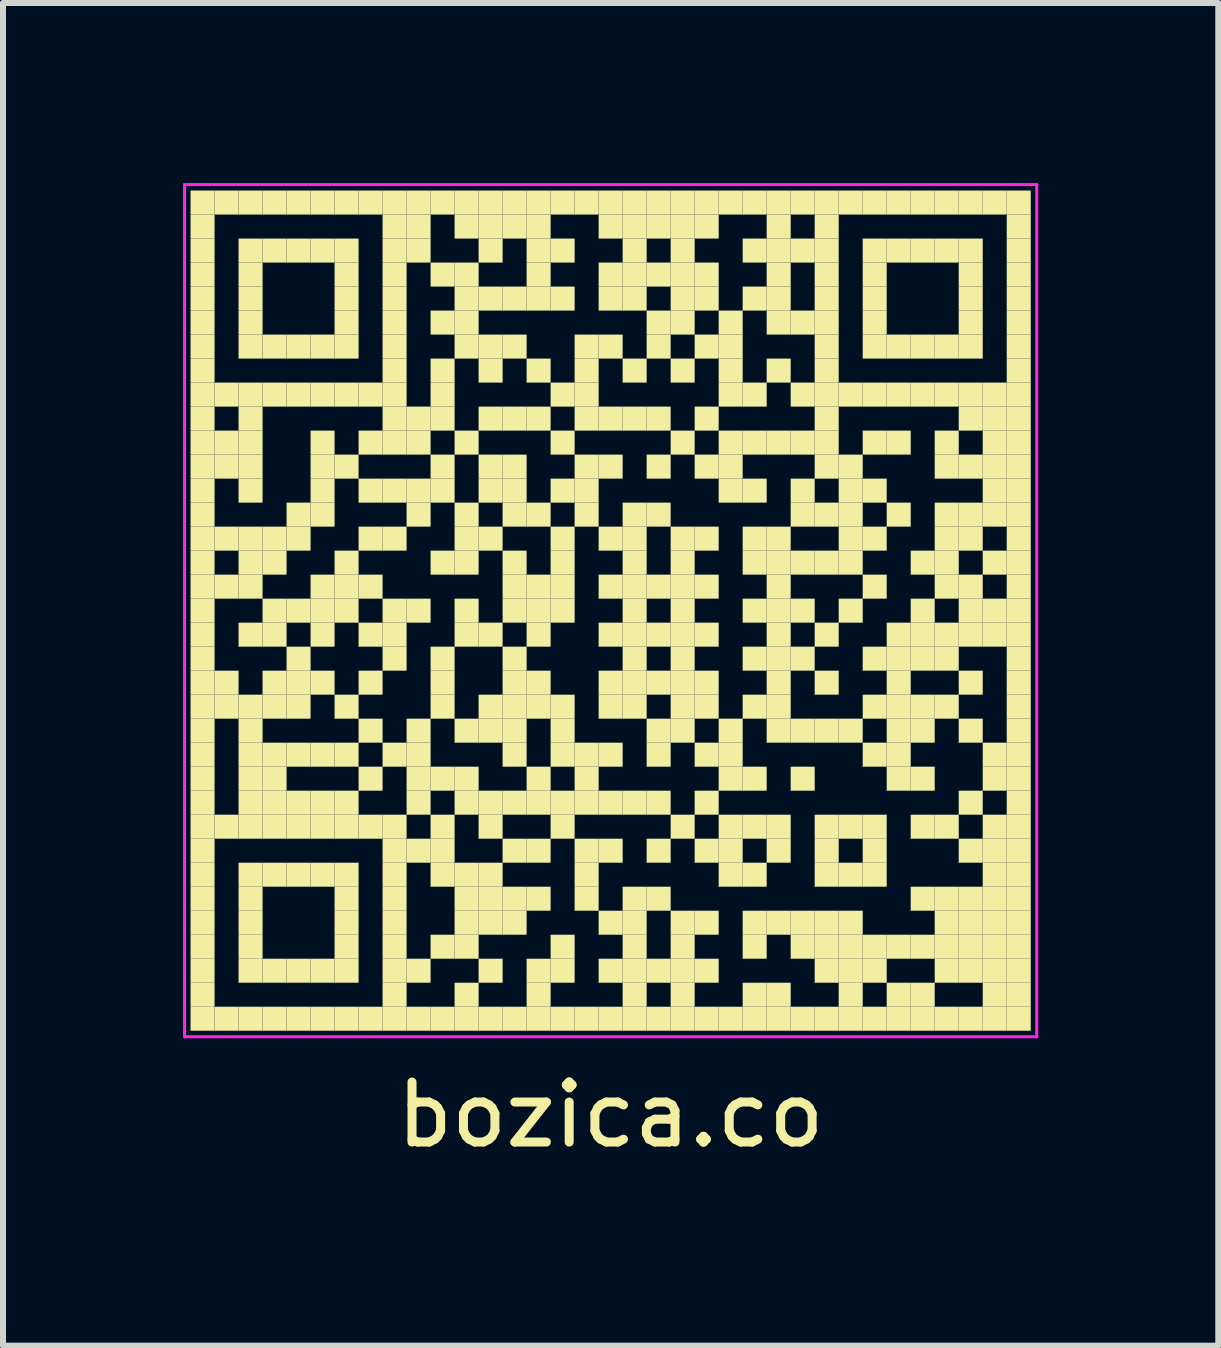
<source format=kicad_pcb>
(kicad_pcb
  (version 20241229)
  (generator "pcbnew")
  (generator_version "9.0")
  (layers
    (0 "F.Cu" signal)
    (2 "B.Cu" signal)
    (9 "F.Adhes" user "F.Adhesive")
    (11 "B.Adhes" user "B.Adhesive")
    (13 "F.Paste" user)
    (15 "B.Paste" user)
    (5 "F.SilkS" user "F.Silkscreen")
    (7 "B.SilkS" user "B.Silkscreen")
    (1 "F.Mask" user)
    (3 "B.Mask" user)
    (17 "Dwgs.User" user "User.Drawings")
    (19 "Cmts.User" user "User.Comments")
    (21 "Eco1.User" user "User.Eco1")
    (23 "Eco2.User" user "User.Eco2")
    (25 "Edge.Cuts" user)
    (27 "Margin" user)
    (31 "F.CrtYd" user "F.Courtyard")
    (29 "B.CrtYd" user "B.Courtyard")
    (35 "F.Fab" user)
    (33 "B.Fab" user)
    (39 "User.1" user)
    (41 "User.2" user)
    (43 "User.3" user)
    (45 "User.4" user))
  (footprint "bozica.co"
    (layer "F.Cu")
    (at 7.125 7.125)
    (property "Reference" "bozica.co" (at 0 8.4 0) (layer "F.SilkS") (effects (font (size 1 1) (thickness 0.15))))
    (attr through_hole)
    (fp_poly (pts (xy -6.6 -6.6) (xy -6.6 -7) (xy -7 -7) (xy -7 -6.6)) (stroke (width 0) (type solid)) (fill yes) (layer "F.SilkS"))
    (fp_poly (pts (xy -6.6 -6.2) (xy -6.6 -6.6) (xy -7 -6.6) (xy -7 -6.2)) (stroke (width 0) (type solid)) (fill yes) (layer "F.SilkS"))
    (fp_poly (pts (xy -6.6 -5.8) (xy -6.6 -6.2) (xy -7 -6.2) (xy -7 -5.8)) (stroke (width 0) (type solid)) (fill yes) (layer "F.SilkS"))
    (fp_poly (pts (xy -6.6 -5.4) (xy -6.6 -5.8) (xy -7 -5.8) (xy -7 -5.4)) (stroke (width 0) (type solid)) (fill yes) (layer "F.SilkS"))
    (fp_poly (pts (xy -6.6 -5) (xy -6.6 -5.4) (xy -7 -5.4) (xy -7 -5)) (stroke (width 0) (type solid)) (fill yes) (layer "F.SilkS"))
    (fp_poly (pts (xy -6.6 -4.6) (xy -6.6 -5) (xy -7 -5) (xy -7 -4.6)) (stroke (width 0) (type solid)) (fill yes) (layer "F.SilkS"))
    (fp_poly (pts (xy -6.6 -4.2) (xy -6.6 -4.6) (xy -7 -4.6) (xy -7 -4.2)) (stroke (width 0) (type solid)) (fill yes) (layer "F.SilkS"))
    (fp_poly (pts (xy -6.6 -3.8) (xy -6.6 -4.2) (xy -7 -4.2) (xy -7 -3.8)) (stroke (width 0) (type solid)) (fill yes) (layer "F.SilkS"))
    (fp_poly (pts (xy -6.6 -3.4) (xy -6.6 -3.8) (xy -7 -3.8) (xy -7 -3.4)) (stroke (width 0) (type solid)) (fill yes) (layer "F.SilkS"))
    (fp_poly (pts (xy -6.6 -3) (xy -6.6 -3.4) (xy -7 -3.4) (xy -7 -3)) (stroke (width 0) (type solid)) (fill yes) (layer "F.SilkS"))
    (fp_poly (pts (xy -6.6 -2.6) (xy -6.6 -3) (xy -7 -3) (xy -7 -2.6)) (stroke (width 0) (type solid)) (fill yes) (layer "F.SilkS"))
    (fp_poly (pts (xy -6.6 -2.2) (xy -6.6 -2.6) (xy -7 -2.6) (xy -7 -2.2)) (stroke (width 0) (type solid)) (fill yes) (layer "F.SilkS"))
    (fp_poly (pts (xy -6.6 -1.8) (xy -6.6 -2.2) (xy -7 -2.2) (xy -7 -1.8)) (stroke (width 0) (type solid)) (fill yes) (layer "F.SilkS"))
    (fp_poly (pts (xy -6.6 -1.4) (xy -6.6 -1.8) (xy -7 -1.8) (xy -7 -1.4)) (stroke (width 0) (type solid)) (fill yes) (layer "F.SilkS"))
    (fp_poly (pts (xy -6.6 -1) (xy -6.6 -1.4) (xy -7 -1.4) (xy -7 -1)) (stroke (width 0) (type solid)) (fill yes) (layer "F.SilkS"))
    (fp_poly (pts (xy -6.6 -0.6) (xy -6.6 -1) (xy -7 -1) (xy -7 -0.6)) (stroke (width 0) (type solid)) (fill yes) (layer "F.SilkS"))
    (fp_poly (pts (xy -6.6 -0.2) (xy -6.6 -0.6) (xy -7 -0.6) (xy -7 -0.2)) (stroke (width 0) (type solid)) (fill yes) (layer "F.SilkS"))
    (fp_poly (pts (xy -6.6 0.2) (xy -6.6 -0.2) (xy -7 -0.2) (xy -7 0.2)) (stroke (width 0) (type solid)) (fill yes) (layer "F.SilkS"))
    (fp_poly (pts (xy -6.6 0.6) (xy -6.6 0.2) (xy -7 0.2) (xy -7 0.6)) (stroke (width 0) (type solid)) (fill yes) (layer "F.SilkS"))
    (fp_poly (pts (xy -6.6 1) (xy -6.6 0.6) (xy -7 0.6) (xy -7 1)) (stroke (width 0) (type solid)) (fill yes) (layer "F.SilkS"))
    (fp_poly (pts (xy -6.6 1.4) (xy -6.6 1) (xy -7 1) (xy -7 1.4)) (stroke (width 0) (type solid)) (fill yes) (layer "F.SilkS"))
    (fp_poly (pts (xy -6.6 1.8) (xy -6.6 1.4) (xy -7 1.4) (xy -7 1.8)) (stroke (width 0) (type solid)) (fill yes) (layer "F.SilkS"))
    (fp_poly (pts (xy -6.6 2.2) (xy -6.6 1.8) (xy -7 1.8) (xy -7 2.2)) (stroke (width 0) (type solid)) (fill yes) (layer "F.SilkS"))
    (fp_poly (pts (xy -6.6 2.6) (xy -6.6 2.2) (xy -7 2.2) (xy -7 2.6)) (stroke (width 0) (type solid)) (fill yes) (layer "F.SilkS"))
    (fp_poly (pts (xy -6.6 3) (xy -6.6 2.6) (xy -7 2.6) (xy -7 3)) (stroke (width 0) (type solid)) (fill yes) (layer "F.SilkS"))
    (fp_poly (pts (xy -6.6 3.4) (xy -6.6 3) (xy -7 3) (xy -7 3.4)) (stroke (width 0) (type solid)) (fill yes) (layer "F.SilkS"))
    (fp_poly (pts (xy -6.6 3.8) (xy -6.6 3.4) (xy -7 3.4) (xy -7 3.8)) (stroke (width 0) (type solid)) (fill yes) (layer "F.SilkS"))
    (fp_poly (pts (xy -6.6 4.2) (xy -6.6 3.8) (xy -7 3.8) (xy -7 4.2)) (stroke (width 0) (type solid)) (fill yes) (layer "F.SilkS"))
    (fp_poly (pts (xy -6.6 4.6) (xy -6.6 4.2) (xy -7 4.2) (xy -7 4.6)) (stroke (width 0) (type solid)) (fill yes) (layer "F.SilkS"))
    (fp_poly (pts (xy -6.6 5) (xy -6.6 4.6) (xy -7 4.6) (xy -7 5)) (stroke (width 0) (type solid)) (fill yes) (layer "F.SilkS"))
    (fp_poly (pts (xy -6.6 5.4) (xy -6.6 5) (xy -7 5) (xy -7 5.4)) (stroke (width 0) (type solid)) (fill yes) (layer "F.SilkS"))
    (fp_poly (pts (xy -6.6 5.8) (xy -6.6 5.4) (xy -7 5.4) (xy -7 5.8)) (stroke (width 0) (type solid)) (fill yes) (layer "F.SilkS"))
    (fp_poly (pts (xy -6.6 6.2) (xy -6.6 5.8) (xy -7 5.8) (xy -7 6.2)) (stroke (width 0) (type solid)) (fill yes) (layer "F.SilkS"))
    (fp_poly (pts (xy -6.6 6.6) (xy -6.6 6.2) (xy -7 6.2) (xy -7 6.6)) (stroke (width 0) (type solid)) (fill yes) (layer "F.SilkS"))
    (fp_poly (pts (xy -6.6 7) (xy -6.6 6.6) (xy -7 6.6) (xy -7 7)) (stroke (width 0) (type solid)) (fill yes) (layer "F.SilkS"))
    (fp_poly (pts (xy -6.2 -6.6) (xy -6.2 -7) (xy -6.6 -7) (xy -6.6 -6.6)) (stroke (width 0) (type solid)) (fill yes) (layer "F.SilkS"))
    (fp_poly (pts (xy -6.2 -3.4) (xy -6.2 -3.8) (xy -6.6 -3.8) (xy -6.6 -3.4)) (stroke (width 0) (type solid)) (fill yes) (layer "F.SilkS"))
    (fp_poly (pts (xy -6.2 -2.6) (xy -6.2 -3) (xy -6.6 -3) (xy -6.6 -2.6)) (stroke (width 0) (type solid)) (fill yes) (layer "F.SilkS"))
    (fp_poly (pts (xy -6.2 -2.2) (xy -6.2 -2.6) (xy -6.6 -2.6) (xy -6.6 -2.2)) (stroke (width 0) (type solid)) (fill yes) (layer "F.SilkS"))
    (fp_poly (pts (xy -6.2 -1) (xy -6.2 -1.4) (xy -6.6 -1.4) (xy -6.6 -1)) (stroke (width 0) (type solid)) (fill yes) (layer "F.SilkS"))
    (fp_poly (pts (xy -6.2 -0.2) (xy -6.2 -0.6) (xy -6.6 -0.6) (xy -6.6 -0.2)) (stroke (width 0) (type solid)) (fill yes) (layer "F.SilkS"))
    (fp_poly (pts (xy -6.2 1.4) (xy -6.2 1) (xy -6.6 1) (xy -6.6 1.4)) (stroke (width 0) (type solid)) (fill yes) (layer "F.SilkS"))
    (fp_poly (pts (xy -6.2 1.8) (xy -6.2 1.4) (xy -6.6 1.4) (xy -6.6 1.8)) (stroke (width 0) (type solid)) (fill yes) (layer "F.SilkS"))
    (fp_poly (pts (xy -6.2 3.8) (xy -6.2 3.4) (xy -6.6 3.4) (xy -6.6 3.8)) (stroke (width 0) (type solid)) (fill yes) (layer "F.SilkS"))
    (fp_poly (pts (xy -6.2 7) (xy -6.2 6.6) (xy -6.6 6.6) (xy -6.6 7)) (stroke (width 0) (type solid)) (fill yes) (layer "F.SilkS"))
    (fp_poly (pts (xy -5.8 -6.6) (xy -5.8 -7) (xy -6.2 -7) (xy -6.2 -6.6)) (stroke (width 0) (type solid)) (fill yes) (layer "F.SilkS"))
    (fp_poly (pts (xy -5.8 -5.8) (xy -5.8 -6.2) (xy -6.2 -6.2) (xy -6.2 -5.8)) (stroke (width 0) (type solid)) (fill yes) (layer "F.SilkS"))
    (fp_poly (pts (xy -5.8 -5.4) (xy -5.8 -5.8) (xy -6.2 -5.8) (xy -6.2 -5.4)) (stroke (width 0) (type solid)) (fill yes) (layer "F.SilkS"))
    (fp_poly (pts (xy -5.8 -5) (xy -5.8 -5.4) (xy -6.2 -5.4) (xy -6.2 -5)) (stroke (width 0) (type solid)) (fill yes) (layer "F.SilkS"))
    (fp_poly (pts (xy -5.8 -4.6) (xy -5.8 -5) (xy -6.2 -5) (xy -6.2 -4.6)) (stroke (width 0) (type solid)) (fill yes) (layer "F.SilkS"))
    (fp_poly (pts (xy -5.8 -4.2) (xy -5.8 -4.6) (xy -6.2 -4.6) (xy -6.2 -4.2)) (stroke (width 0) (type solid)) (fill yes) (layer "F.SilkS"))
    (fp_poly (pts (xy -5.8 -3.4) (xy -5.8 -3.8) (xy -6.2 -3.8) (xy -6.2 -3.4)) (stroke (width 0) (type solid)) (fill yes) (layer "F.SilkS"))
    (fp_poly (pts (xy -5.8 -3) (xy -5.8 -3.4) (xy -6.2 -3.4) (xy -6.2 -3)) (stroke (width 0) (type solid)) (fill yes) (layer "F.SilkS"))
    (fp_poly (pts (xy -5.8 -2.6) (xy -5.8 -3) (xy -6.2 -3) (xy -6.2 -2.6)) (stroke (width 0) (type solid)) (fill yes) (layer "F.SilkS"))
    (fp_poly (pts (xy -5.8 -2.2) (xy -5.8 -2.6) (xy -6.2 -2.6) (xy -6.2 -2.2)) (stroke (width 0) (type solid)) (fill yes) (layer "F.SilkS"))
    (fp_poly (pts (xy -5.8 -1.8) (xy -5.8 -2.2) (xy -6.2 -2.2) (xy -6.2 -1.8)) (stroke (width 0) (type solid)) (fill yes) (layer "F.SilkS"))
    (fp_poly (pts (xy -5.8 -1) (xy -5.8 -1.4) (xy -6.2 -1.4) (xy -6.2 -1)) (stroke (width 0) (type solid)) (fill yes) (layer "F.SilkS"))
    (fp_poly (pts (xy -5.8 -0.6) (xy -5.8 -1) (xy -6.2 -1) (xy -6.2 -0.6)) (stroke (width 0) (type solid)) (fill yes) (layer "F.SilkS"))
    (fp_poly (pts (xy -5.8 -0.2) (xy -5.8 -0.6) (xy -6.2 -0.6) (xy -6.2 -0.2)) (stroke (width 0) (type solid)) (fill yes) (layer "F.SilkS"))
    (fp_poly (pts (xy -5.8 0.6) (xy -5.8 0.2) (xy -6.2 0.2) (xy -6.2 0.6)) (stroke (width 0) (type solid)) (fill yes) (layer "F.SilkS"))
    (fp_poly (pts (xy -5.8 1.8) (xy -5.8 1.4) (xy -6.2 1.4) (xy -6.2 1.8)) (stroke (width 0) (type solid)) (fill yes) (layer "F.SilkS"))
    (fp_poly (pts (xy -5.8 2.2) (xy -5.8 1.8) (xy -6.2 1.8) (xy -6.2 2.2)) (stroke (width 0) (type solid)) (fill yes) (layer "F.SilkS"))
    (fp_poly (pts (xy -5.8 2.6) (xy -5.8 2.2) (xy -6.2 2.2) (xy -6.2 2.6)) (stroke (width 0) (type solid)) (fill yes) (layer "F.SilkS"))
    (fp_poly (pts (xy -5.8 3) (xy -5.8 2.6) (xy -6.2 2.6) (xy -6.2 3)) (stroke (width 0) (type solid)) (fill yes) (layer "F.SilkS"))
    (fp_poly (pts (xy -5.8 3.4) (xy -5.8 3) (xy -6.2 3) (xy -6.2 3.4)) (stroke (width 0) (type solid)) (fill yes) (layer "F.SilkS"))
    (fp_poly (pts (xy -5.8 3.8) (xy -5.8 3.4) (xy -6.2 3.4) (xy -6.2 3.8)) (stroke (width 0) (type solid)) (fill yes) (layer "F.SilkS"))
    (fp_poly (pts (xy -5.8 4.6) (xy -5.8 4.2) (xy -6.2 4.2) (xy -6.2 4.6)) (stroke (width 0) (type solid)) (fill yes) (layer "F.SilkS"))
    (fp_poly (pts (xy -5.8 5) (xy -5.8 4.6) (xy -6.2 4.6) (xy -6.2 5)) (stroke (width 0) (type solid)) (fill yes) (layer "F.SilkS"))
    (fp_poly (pts (xy -5.8 5.4) (xy -5.8 5) (xy -6.2 5) (xy -6.2 5.4)) (stroke (width 0) (type solid)) (fill yes) (layer "F.SilkS"))
    (fp_poly (pts (xy -5.8 5.8) (xy -5.8 5.4) (xy -6.2 5.4) (xy -6.2 5.8)) (stroke (width 0) (type solid)) (fill yes) (layer "F.SilkS"))
    (fp_poly (pts (xy -5.8 6.2) (xy -5.8 5.8) (xy -6.2 5.8) (xy -6.2 6.2)) (stroke (width 0) (type solid)) (fill yes) (layer "F.SilkS"))
    (fp_poly (pts (xy -5.8 7) (xy -5.8 6.6) (xy -6.2 6.6) (xy -6.2 7)) (stroke (width 0) (type solid)) (fill yes) (layer "F.SilkS"))
    (fp_poly (pts (xy -5.4 -6.6) (xy -5.4 -7) (xy -5.8 -7) (xy -5.8 -6.6)) (stroke (width 0) (type solid)) (fill yes) (layer "F.SilkS"))
    (fp_poly (pts (xy -5.4 -5.8) (xy -5.4 -6.2) (xy -5.8 -6.2) (xy -5.8 -5.8)) (stroke (width 0) (type solid)) (fill yes) (layer "F.SilkS"))
    (fp_poly (pts (xy -5.4 -4.2) (xy -5.4 -4.6) (xy -5.8 -4.6) (xy -5.8 -4.2)) (stroke (width 0) (type solid)) (fill yes) (layer "F.SilkS"))
    (fp_poly (pts (xy -5.4 -3.4) (xy -5.4 -3.8) (xy -5.8 -3.8) (xy -5.8 -3.4)) (stroke (width 0) (type solid)) (fill yes) (layer "F.SilkS"))
    (fp_poly (pts (xy -5.4 -1) (xy -5.4 -1.4) (xy -5.8 -1.4) (xy -5.8 -1)) (stroke (width 0) (type solid)) (fill yes) (layer "F.SilkS"))
    (fp_poly (pts (xy -5.4 -0.6) (xy -5.4 -1) (xy -5.8 -1) (xy -5.8 -0.6)) (stroke (width 0) (type solid)) (fill yes) (layer "F.SilkS"))
    (fp_poly (pts (xy -5.4 0.2) (xy -5.4 -0.2) (xy -5.8 -0.2) (xy -5.8 0.2)) (stroke (width 0) (type solid)) (fill yes) (layer "F.SilkS"))
    (fp_poly (pts (xy -5.4 0.6) (xy -5.4 0.2) (xy -5.8 0.2) (xy -5.8 0.6)) (stroke (width 0) (type solid)) (fill yes) (layer "F.SilkS"))
    (fp_poly (pts (xy -5.4 1.4) (xy -5.4 1) (xy -5.8 1) (xy -5.8 1.4)) (stroke (width 0) (type solid)) (fill yes) (layer "F.SilkS"))
    (fp_poly (pts (xy -5.4 1.8) (xy -5.4 1.4) (xy -5.8 1.4) (xy -5.8 1.8)) (stroke (width 0) (type solid)) (fill yes) (layer "F.SilkS"))
    (fp_poly (pts (xy -5.4 2.6) (xy -5.4 2.2) (xy -5.8 2.2) (xy -5.8 2.6)) (stroke (width 0) (type solid)) (fill yes) (layer "F.SilkS"))
    (fp_poly (pts (xy -5.4 3) (xy -5.4 2.6) (xy -5.8 2.6) (xy -5.8 3)) (stroke (width 0) (type solid)) (fill yes) (layer "F.SilkS"))
    (fp_poly (pts (xy -5.4 3.4) (xy -5.4 3) (xy -5.8 3) (xy -5.8 3.4)) (stroke (width 0) (type solid)) (fill yes) (layer "F.SilkS"))
    (fp_poly (pts (xy -5.4 3.8) (xy -5.4 3.4) (xy -5.8 3.4) (xy -5.8 3.8)) (stroke (width 0) (type solid)) (fill yes) (layer "F.SilkS"))
    (fp_poly (pts (xy -5.4 4.6) (xy -5.4 4.2) (xy -5.8 4.2) (xy -5.8 4.6)) (stroke (width 0) (type solid)) (fill yes) (layer "F.SilkS"))
    (fp_poly (pts (xy -5.4 6.2) (xy -5.4 5.8) (xy -5.8 5.8) (xy -5.8 6.2)) (stroke (width 0) (type solid)) (fill yes) (layer "F.SilkS"))
    (fp_poly (pts (xy -5.4 7) (xy -5.4 6.6) (xy -5.8 6.6) (xy -5.8 7)) (stroke (width 0) (type solid)) (fill yes) (layer "F.SilkS"))
    (fp_poly (pts (xy -5 -6.6) (xy -5 -7) (xy -5.4 -7) (xy -5.4 -6.6)) (stroke (width 0) (type solid)) (fill yes) (layer "F.SilkS"))
    (fp_poly (pts (xy -5 -5.8) (xy -5 -6.2) (xy -5.4 -6.2) (xy -5.4 -5.8)) (stroke (width 0) (type solid)) (fill yes) (layer "F.SilkS"))
    (fp_poly (pts (xy -5 -4.2) (xy -5 -4.6) (xy -5.4 -4.6) (xy -5.4 -4.2)) (stroke (width 0) (type solid)) (fill yes) (layer "F.SilkS"))
    (fp_poly (pts (xy -5 -3.4) (xy -5 -3.8) (xy -5.4 -3.8) (xy -5.4 -3.4)) (stroke (width 0) (type solid)) (fill yes) (layer "F.SilkS"))
    (fp_poly (pts (xy -5 -1.4) (xy -5 -1.8) (xy -5.4 -1.8) (xy -5.4 -1.4)) (stroke (width 0) (type solid)) (fill yes) (layer "F.SilkS"))
    (fp_poly (pts (xy -5 -1) (xy -5 -1.4) (xy -5.4 -1.4) (xy -5.4 -1)) (stroke (width 0) (type solid)) (fill yes) (layer "F.SilkS"))
    (fp_poly (pts (xy -5 0.2) (xy -5 -0.2) (xy -5.4 -0.2) (xy -5.4 0.2)) (stroke (width 0) (type solid)) (fill yes) (layer "F.SilkS"))
    (fp_poly (pts (xy -5 1) (xy -5 0.6) (xy -5.4 0.6) (xy -5.4 1)) (stroke (width 0) (type solid)) (fill yes) (layer "F.SilkS"))
    (fp_poly (pts (xy -5 1.4) (xy -5 1) (xy -5.4 1) (xy -5.4 1.4)) (stroke (width 0) (type solid)) (fill yes) (layer "F.SilkS"))
    (fp_poly (pts (xy -5 1.8) (xy -5 1.4) (xy -5.4 1.4) (xy -5.4 1.8)) (stroke (width 0) (type solid)) (fill yes) (layer "F.SilkS"))
    (fp_poly (pts (xy -5 2.6) (xy -5 2.2) (xy -5.4 2.2) (xy -5.4 2.6)) (stroke (width 0) (type solid)) (fill yes) (layer "F.SilkS"))
    (fp_poly (pts (xy -5 3.4) (xy -5 3) (xy -5.4 3) (xy -5.4 3.4)) (stroke (width 0) (type solid)) (fill yes) (layer "F.SilkS"))
    (fp_poly (pts (xy -5 3.8) (xy -5 3.4) (xy -5.4 3.4) (xy -5.4 3.8)) (stroke (width 0) (type solid)) (fill yes) (layer "F.SilkS"))
    (fp_poly (pts (xy -5 4.6) (xy -5 4.2) (xy -5.4 4.2) (xy -5.4 4.6)) (stroke (width 0) (type solid)) (fill yes) (layer "F.SilkS"))
    (fp_poly (pts (xy -5 6.2) (xy -5 5.8) (xy -5.4 5.8) (xy -5.4 6.2)) (stroke (width 0) (type solid)) (fill yes) (layer "F.SilkS"))
    (fp_poly (pts (xy -5 7) (xy -5 6.6) (xy -5.4 6.6) (xy -5.4 7)) (stroke (width 0) (type solid)) (fill yes) (layer "F.SilkS"))
    (fp_poly (pts (xy -4.6 -6.6) (xy -4.6 -7) (xy -5 -7) (xy -5 -6.6)) (stroke (width 0) (type solid)) (fill yes) (layer "F.SilkS"))
    (fp_poly (pts (xy -4.6 -5.8) (xy -4.6 -6.2) (xy -5 -6.2) (xy -5 -5.8)) (stroke (width 0) (type solid)) (fill yes) (layer "F.SilkS"))
    (fp_poly (pts (xy -4.6 -4.2) (xy -4.6 -4.6) (xy -5 -4.6) (xy -5 -4.2)) (stroke (width 0) (type solid)) (fill yes) (layer "F.SilkS"))
    (fp_poly (pts (xy -4.6 -3.4) (xy -4.6 -3.8) (xy -5 -3.8) (xy -5 -3.4)) (stroke (width 0) (type solid)) (fill yes) (layer "F.SilkS"))
    (fp_poly (pts (xy -4.6 -2.6) (xy -4.6 -3) (xy -5 -3) (xy -5 -2.6)) (stroke (width 0) (type solid)) (fill yes) (layer "F.SilkS"))
    (fp_poly (pts (xy -4.6 -2.2) (xy -4.6 -2.6) (xy -5 -2.6) (xy -5 -2.2)) (stroke (width 0) (type solid)) (fill yes) (layer "F.SilkS"))
    (fp_poly (pts (xy -4.6 -1.8) (xy -4.6 -2.2) (xy -5 -2.2) (xy -5 -1.8)) (stroke (width 0) (type solid)) (fill yes) (layer "F.SilkS"))
    (fp_poly (pts (xy -4.6 -1.4) (xy -4.6 -1.8) (xy -5 -1.8) (xy -5 -1.4)) (stroke (width 0) (type solid)) (fill yes) (layer "F.SilkS"))
    (fp_poly (pts (xy -4.6 -0.2) (xy -4.6 -0.6) (xy -5 -0.6) (xy -5 -0.2)) (stroke (width 0) (type solid)) (fill yes) (layer "F.SilkS"))
    (fp_poly (pts (xy -4.6 0.2) (xy -4.6 -0.2) (xy -5 -0.2) (xy -5 0.2)) (stroke (width 0) (type solid)) (fill yes) (layer "F.SilkS"))
    (fp_poly (pts (xy -4.6 0.6) (xy -4.6 0.2) (xy -5 0.2) (xy -5 0.6)) (stroke (width 0) (type solid)) (fill yes) (layer "F.SilkS"))
    (fp_poly (pts (xy -4.6 1.4) (xy -4.6 1) (xy -5 1) (xy -5 1.4)) (stroke (width 0) (type solid)) (fill yes) (layer "F.SilkS"))
    (fp_poly (pts (xy -4.6 2.6) (xy -4.6 2.2) (xy -5 2.2) (xy -5 2.6)) (stroke (width 0) (type solid)) (fill yes) (layer "F.SilkS"))
    (fp_poly (pts (xy -4.6 3.4) (xy -4.6 3) (xy -5 3) (xy -5 3.4)) (stroke (width 0) (type solid)) (fill yes) (layer "F.SilkS"))
    (fp_poly (pts (xy -4.6 3.8) (xy -4.6 3.4) (xy -5 3.4) (xy -5 3.8)) (stroke (width 0) (type solid)) (fill yes) (layer "F.SilkS"))
    (fp_poly (pts (xy -4.6 4.6) (xy -4.6 4.2) (xy -5 4.2) (xy -5 4.6)) (stroke (width 0) (type solid)) (fill yes) (layer "F.SilkS"))
    (fp_poly (pts (xy -4.6 6.2) (xy -4.6 5.8) (xy -5 5.8) (xy -5 6.2)) (stroke (width 0) (type solid)) (fill yes) (layer "F.SilkS"))
    (fp_poly (pts (xy -4.6 7) (xy -4.6 6.6) (xy -5 6.6) (xy -5 7)) (stroke (width 0) (type solid)) (fill yes) (layer "F.SilkS"))
    (fp_poly (pts (xy -4.2 -6.6) (xy -4.2 -7) (xy -4.6 -7) (xy -4.6 -6.6)) (stroke (width 0) (type solid)) (fill yes) (layer "F.SilkS"))
    (fp_poly (pts (xy -4.2 -5.8) (xy -4.2 -6.2) (xy -4.6 -6.2) (xy -4.6 -5.8)) (stroke (width 0) (type solid)) (fill yes) (layer "F.SilkS"))
    (fp_poly (pts (xy -4.2 -5.4) (xy -4.2 -5.8) (xy -4.6 -5.8) (xy -4.6 -5.4)) (stroke (width 0) (type solid)) (fill yes) (layer "F.SilkS"))
    (fp_poly (pts (xy -4.2 -5) (xy -4.2 -5.4) (xy -4.6 -5.4) (xy -4.6 -5)) (stroke (width 0) (type solid)) (fill yes) (layer "F.SilkS"))
    (fp_poly (pts (xy -4.2 -4.6) (xy -4.2 -5) (xy -4.6 -5) (xy -4.6 -4.6)) (stroke (width 0) (type solid)) (fill yes) (layer "F.SilkS"))
    (fp_poly (pts (xy -4.2 -4.2) (xy -4.2 -4.6) (xy -4.6 -4.6) (xy -4.6 -4.2)) (stroke (width 0) (type solid)) (fill yes) (layer "F.SilkS"))
    (fp_poly (pts (xy -4.2 -3.4) (xy -4.2 -3.8) (xy -4.6 -3.8) (xy -4.6 -3.4)) (stroke (width 0) (type solid)) (fill yes) (layer "F.SilkS"))
    (fp_poly (pts (xy -4.2 -2.2) (xy -4.2 -2.6) (xy -4.6 -2.6) (xy -4.6 -2.2)) (stroke (width 0) (type solid)) (fill yes) (layer "F.SilkS"))
    (fp_poly (pts (xy -4.2 -0.6) (xy -4.2 -1) (xy -4.6 -1) (xy -4.6 -0.6)) (stroke (width 0) (type solid)) (fill yes) (layer "F.SilkS"))
    (fp_poly (pts (xy -4.2 -0.2) (xy -4.2 -0.6) (xy -4.6 -0.6) (xy -4.6 -0.2)) (stroke (width 0) (type solid)) (fill yes) (layer "F.SilkS"))
    (fp_poly (pts (xy -4.2 0.2) (xy -4.2 -0.2) (xy -4.6 -0.2) (xy -4.6 0.2)) (stroke (width 0) (type solid)) (fill yes) (layer "F.SilkS"))
    (fp_poly (pts (xy -4.2 1.8) (xy -4.2 1.4) (xy -4.6 1.4) (xy -4.6 1.8)) (stroke (width 0) (type solid)) (fill yes) (layer "F.SilkS"))
    (fp_poly (pts (xy -4.2 2.6) (xy -4.2 2.2) (xy -4.6 2.2) (xy -4.6 2.6)) (stroke (width 0) (type solid)) (fill yes) (layer "F.SilkS"))
    (fp_poly (pts (xy -4.2 3.4) (xy -4.2 3) (xy -4.6 3) (xy -4.6 3.4)) (stroke (width 0) (type solid)) (fill yes) (layer "F.SilkS"))
    (fp_poly (pts (xy -4.2 3.8) (xy -4.2 3.4) (xy -4.6 3.4) (xy -4.6 3.8)) (stroke (width 0) (type solid)) (fill yes) (layer "F.SilkS"))
    (fp_poly (pts (xy -4.2 4.6) (xy -4.2 4.2) (xy -4.6 4.2) (xy -4.6 4.6)) (stroke (width 0) (type solid)) (fill yes) (layer "F.SilkS"))
    (fp_poly (pts (xy -4.2 5) (xy -4.2 4.6) (xy -4.6 4.6) (xy -4.6 5)) (stroke (width 0) (type solid)) (fill yes) (layer "F.SilkS"))
    (fp_poly (pts (xy -4.2 5.4) (xy -4.2 5) (xy -4.6 5) (xy -4.6 5.4)) (stroke (width 0) (type solid)) (fill yes) (layer "F.SilkS"))
    (fp_poly (pts (xy -4.2 5.8) (xy -4.2 5.4) (xy -4.6 5.4) (xy -4.6 5.8)) (stroke (width 0) (type solid)) (fill yes) (layer "F.SilkS"))
    (fp_poly (pts (xy -4.2 6.2) (xy -4.2 5.8) (xy -4.6 5.8) (xy -4.6 6.2)) (stroke (width 0) (type solid)) (fill yes) (layer "F.SilkS"))
    (fp_poly (pts (xy -4.2 7) (xy -4.2 6.6) (xy -4.6 6.6) (xy -4.6 7)) (stroke (width 0) (type solid)) (fill yes) (layer "F.SilkS"))
    (fp_poly (pts (xy -3.8 -6.6) (xy -3.8 -7) (xy -4.2 -7) (xy -4.2 -6.6)) (stroke (width 0) (type solid)) (fill yes) (layer "F.SilkS"))
    (fp_poly (pts (xy -3.8 -3.4) (xy -3.8 -3.8) (xy -4.2 -3.8) (xy -4.2 -3.4)) (stroke (width 0) (type solid)) (fill yes) (layer "F.SilkS"))
    (fp_poly (pts (xy -3.8 -2.6) (xy -3.8 -3) (xy -4.2 -3) (xy -4.2 -2.6)) (stroke (width 0) (type solid)) (fill yes) (layer "F.SilkS"))
    (fp_poly (pts (xy -3.8 -1.8) (xy -3.8 -2.2) (xy -4.2 -2.2) (xy -4.2 -1.8)) (stroke (width 0) (type solid)) (fill yes) (layer "F.SilkS"))
    (fp_poly (pts (xy -3.8 -1) (xy -3.8 -1.4) (xy -4.2 -1.4) (xy -4.2 -1)) (stroke (width 0) (type solid)) (fill yes) (layer "F.SilkS"))
    (fp_poly (pts (xy -3.8 -0.2) (xy -3.8 -0.6) (xy -4.2 -0.6) (xy -4.2 -0.2)) (stroke (width 0) (type solid)) (fill yes) (layer "F.SilkS"))
    (fp_poly (pts (xy -3.8 0.6) (xy -3.8 0.2) (xy -4.2 0.2) (xy -4.2 0.6)) (stroke (width 0) (type solid)) (fill yes) (layer "F.SilkS"))
    (fp_poly (pts (xy -3.8 1.4) (xy -3.8 1) (xy -4.2 1) (xy -4.2 1.4)) (stroke (width 0) (type solid)) (fill yes) (layer "F.SilkS"))
    (fp_poly (pts (xy -3.8 2.2) (xy -3.8 1.8) (xy -4.2 1.8) (xy -4.2 2.2)) (stroke (width 0) (type solid)) (fill yes) (layer "F.SilkS"))
    (fp_poly (pts (xy -3.8 3) (xy -3.8 2.6) (xy -4.2 2.6) (xy -4.2 3)) (stroke (width 0) (type solid)) (fill yes) (layer "F.SilkS"))
    (fp_poly (pts (xy -3.8 3.8) (xy -3.8 3.4) (xy -4.2 3.4) (xy -4.2 3.8)) (stroke (width 0) (type solid)) (fill yes) (layer "F.SilkS"))
    (fp_poly (pts (xy -3.8 7) (xy -3.8 6.6) (xy -4.2 6.6) (xy -4.2 7)) (stroke (width 0) (type solid)) (fill yes) (layer "F.SilkS"))
    (fp_poly (pts (xy -3.4 -6.6) (xy -3.4 -7) (xy -3.8 -7) (xy -3.8 -6.6)) (stroke (width 0) (type solid)) (fill yes) (layer "F.SilkS"))
    (fp_poly (pts (xy -3.4 -6.2) (xy -3.4 -6.6) (xy -3.8 -6.6) (xy -3.8 -6.2)) (stroke (width 0) (type solid)) (fill yes) (layer "F.SilkS"))
    (fp_poly (pts (xy -3.4 -5.8) (xy -3.4 -6.2) (xy -3.8 -6.2) (xy -3.8 -5.8)) (stroke (width 0) (type solid)) (fill yes) (layer "F.SilkS"))
    (fp_poly (pts (xy -3.4 -5.4) (xy -3.4 -5.8) (xy -3.8 -5.8) (xy -3.8 -5.4)) (stroke (width 0) (type solid)) (fill yes) (layer "F.SilkS"))
    (fp_poly (pts (xy -3.4 -5) (xy -3.4 -5.4) (xy -3.8 -5.4) (xy -3.8 -5)) (stroke (width 0) (type solid)) (fill yes) (layer "F.SilkS"))
    (fp_poly (pts (xy -3.4 -4.6) (xy -3.4 -5) (xy -3.8 -5) (xy -3.8 -4.6)) (stroke (width 0) (type solid)) (fill yes) (layer "F.SilkS"))
    (fp_poly (pts (xy -3.4 -4.2) (xy -3.4 -4.6) (xy -3.8 -4.6) (xy -3.8 -4.2)) (stroke (width 0) (type solid)) (fill yes) (layer "F.SilkS"))
    (fp_poly (pts (xy -3.4 -3.8) (xy -3.4 -4.2) (xy -3.8 -4.2) (xy -3.8 -3.8)) (stroke (width 0) (type solid)) (fill yes) (layer "F.SilkS"))
    (fp_poly (pts (xy -3.4 -3.4) (xy -3.4 -3.8) (xy -3.8 -3.8) (xy -3.8 -3.4)) (stroke (width 0) (type solid)) (fill yes) (layer "F.SilkS"))
    (fp_poly (pts (xy -3.4 -3) (xy -3.4 -3.4) (xy -3.8 -3.4) (xy -3.8 -3)) (stroke (width 0) (type solid)) (fill yes) (layer "F.SilkS"))
    (fp_poly (pts (xy -3.4 -2.6) (xy -3.4 -3) (xy -3.8 -3) (xy -3.8 -2.6)) (stroke (width 0) (type solid)) (fill yes) (layer "F.SilkS"))
    (fp_poly (pts (xy -3.4 -1.8) (xy -3.4 -2.2) (xy -3.8 -2.2) (xy -3.8 -1.8)) (stroke (width 0) (type solid)) (fill yes) (layer "F.SilkS"))
    (fp_poly (pts (xy -3.4 -1) (xy -3.4 -1.4) (xy -3.8 -1.4) (xy -3.8 -1)) (stroke (width 0) (type solid)) (fill yes) (layer "F.SilkS"))
    (fp_poly (pts (xy -3.4 0.2) (xy -3.4 -0.2) (xy -3.8 -0.2) (xy -3.8 0.2)) (stroke (width 0) (type solid)) (fill yes) (layer "F.SilkS"))
    (fp_poly (pts (xy -3.4 0.6) (xy -3.4 0.2) (xy -3.8 0.2) (xy -3.8 0.6)) (stroke (width 0) (type solid)) (fill yes) (layer "F.SilkS"))
    (fp_poly (pts (xy -3.4 1) (xy -3.4 0.6) (xy -3.8 0.6) (xy -3.8 1)) (stroke (width 0) (type solid)) (fill yes) (layer "F.SilkS"))
    (fp_poly (pts (xy -3.4 2.6) (xy -3.4 2.2) (xy -3.8 2.2) (xy -3.8 2.6)) (stroke (width 0) (type solid)) (fill yes) (layer "F.SilkS"))
    (fp_poly (pts (xy -3.4 3.8) (xy -3.4 3.4) (xy -3.8 3.4) (xy -3.8 3.8)) (stroke (width 0) (type solid)) (fill yes) (layer "F.SilkS"))
    (fp_poly (pts (xy -3.4 4.2) (xy -3.4 3.8) (xy -3.8 3.8) (xy -3.8 4.2)) (stroke (width 0) (type solid)) (fill yes) (layer "F.SilkS"))
    (fp_poly (pts (xy -3.4 4.6) (xy -3.4 4.2) (xy -3.8 4.2) (xy -3.8 4.6)) (stroke (width 0) (type solid)) (fill yes) (layer "F.SilkS"))
    (fp_poly (pts (xy -3.4 5) (xy -3.4 4.6) (xy -3.8 4.6) (xy -3.8 5)) (stroke (width 0) (type solid)) (fill yes) (layer "F.SilkS"))
    (fp_poly (pts (xy -3.4 5.4) (xy -3.4 5) (xy -3.8 5) (xy -3.8 5.4)) (stroke (width 0) (type solid)) (fill yes) (layer "F.SilkS"))
    (fp_poly (pts (xy -3.4 5.8) (xy -3.4 5.4) (xy -3.8 5.4) (xy -3.8 5.8)) (stroke (width 0) (type solid)) (fill yes) (layer "F.SilkS"))
    (fp_poly (pts (xy -3.4 6.2) (xy -3.4 5.8) (xy -3.8 5.8) (xy -3.8 6.2)) (stroke (width 0) (type solid)) (fill yes) (layer "F.SilkS"))
    (fp_poly (pts (xy -3.4 6.6) (xy -3.4 6.2) (xy -3.8 6.2) (xy -3.8 6.6)) (stroke (width 0) (type solid)) (fill yes) (layer "F.SilkS"))
    (fp_poly (pts (xy -3.4 7) (xy -3.4 6.6) (xy -3.8 6.6) (xy -3.8 7)) (stroke (width 0) (type solid)) (fill yes) (layer "F.SilkS"))
    (fp_poly (pts (xy -3 -6.6) (xy -3 -7) (xy -3.4 -7) (xy -3.4 -6.6)) (stroke (width 0) (type solid)) (fill yes) (layer "F.SilkS"))
    (fp_poly (pts (xy -3 -6.2) (xy -3 -6.6) (xy -3.4 -6.6) (xy -3.4 -6.2)) (stroke (width 0) (type solid)) (fill yes) (layer "F.SilkS"))
    (fp_poly (pts (xy -3 -5.8) (xy -3 -6.2) (xy -3.4 -6.2) (xy -3.4 -5.8)) (stroke (width 0) (type solid)) (fill yes) (layer "F.SilkS"))
    (fp_poly (pts (xy -3 -3) (xy -3 -3.4) (xy -3.4 -3.4) (xy -3.4 -3)) (stroke (width 0) (type solid)) (fill yes) (layer "F.SilkS"))
    (fp_poly (pts (xy -3 -2.6) (xy -3 -3) (xy -3.4 -3) (xy -3.4 -2.6)) (stroke (width 0) (type solid)) (fill yes) (layer "F.SilkS"))
    (fp_poly (pts (xy -3 -1.8) (xy -3 -2.2) (xy -3.4 -2.2) (xy -3.4 -1.8)) (stroke (width 0) (type solid)) (fill yes) (layer "F.SilkS"))
    (fp_poly (pts (xy -3 -1.4) (xy -3 -1.8) (xy -3.4 -1.8) (xy -3.4 -1.4)) (stroke (width 0) (type solid)) (fill yes) (layer "F.SilkS"))
    (fp_poly (pts (xy -3 0.2) (xy -3 -0.2) (xy -3.4 -0.2) (xy -3.4 0.2)) (stroke (width 0) (type solid)) (fill yes) (layer "F.SilkS"))
    (fp_poly (pts (xy -3 2.2) (xy -3 1.8) (xy -3.4 1.8) (xy -3.4 2.2)) (stroke (width 0) (type solid)) (fill yes) (layer "F.SilkS"))
    (fp_poly (pts (xy -3 2.6) (xy -3 2.2) (xy -3.4 2.2) (xy -3.4 2.6)) (stroke (width 0) (type solid)) (fill yes) (layer "F.SilkS"))
    (fp_poly (pts (xy -3 3) (xy -3 2.6) (xy -3.4 2.6) (xy -3.4 3)) (stroke (width 0) (type solid)) (fill yes) (layer "F.SilkS"))
    (fp_poly (pts (xy -3 3.4) (xy -3 3) (xy -3.4 3) (xy -3.4 3.4)) (stroke (width 0) (type solid)) (fill yes) (layer "F.SilkS"))
    (fp_poly (pts (xy -3 4.2) (xy -3 3.8) (xy -3.4 3.8) (xy -3.4 4.2)) (stroke (width 0) (type solid)) (fill yes) (layer "F.SilkS"))
    (fp_poly (pts (xy -3 6.2) (xy -3 5.8) (xy -3.4 5.8) (xy -3.4 6.2)) (stroke (width 0) (type solid)) (fill yes) (layer "F.SilkS"))
    (fp_poly (pts (xy -3 7) (xy -3 6.6) (xy -3.4 6.6) (xy -3.4 7)) (stroke (width 0) (type solid)) (fill yes) (layer "F.SilkS"))
    (fp_poly (pts (xy -2.6 -6.6) (xy -2.6 -7) (xy -3 -7) (xy -3 -6.6)) (stroke (width 0) (type solid)) (fill yes) (layer "F.SilkS"))
    (fp_poly (pts (xy -2.6 -5.4) (xy -2.6 -5.8) (xy -3 -5.8) (xy -3 -5.4)) (stroke (width 0) (type solid)) (fill yes) (layer "F.SilkS"))
    (fp_poly (pts (xy -2.6 -4.6) (xy -2.6 -5) (xy -3 -5) (xy -3 -4.6)) (stroke (width 0) (type solid)) (fill yes) (layer "F.SilkS"))
    (fp_poly (pts (xy -2.6 -3.8) (xy -2.6 -4.2) (xy -3 -4.2) (xy -3 -3.8)) (stroke (width 0) (type solid)) (fill yes) (layer "F.SilkS"))
    (fp_poly (pts (xy -2.6 -3.4) (xy -2.6 -3.8) (xy -3 -3.8) (xy -3 -3.4)) (stroke (width 0) (type solid)) (fill yes) (layer "F.SilkS"))
    (fp_poly (pts (xy -2.6 -3) (xy -2.6 -3.4) (xy -3 -3.4) (xy -3 -3)) (stroke (width 0) (type solid)) (fill yes) (layer "F.SilkS"))
    (fp_poly (pts (xy -2.6 -2.2) (xy -2.6 -2.6) (xy -3 -2.6) (xy -3 -2.2)) (stroke (width 0) (type solid)) (fill yes) (layer "F.SilkS"))
    (fp_poly (pts (xy -2.6 -1.8) (xy -2.6 -2.2) (xy -3 -2.2) (xy -3 -1.8)) (stroke (width 0) (type solid)) (fill yes) (layer "F.SilkS"))
    (fp_poly (pts (xy -2.6 -0.6) (xy -2.6 -1) (xy -3 -1) (xy -3 -0.6)) (stroke (width 0) (type solid)) (fill yes) (layer "F.SilkS"))
    (fp_poly (pts (xy -2.6 1) (xy -2.6 0.6) (xy -3 0.6) (xy -3 1)) (stroke (width 0) (type solid)) (fill yes) (layer "F.SilkS"))
    (fp_poly (pts (xy -2.6 1.4) (xy -2.6 1) (xy -3 1) (xy -3 1.4)) (stroke (width 0) (type solid)) (fill yes) (layer "F.SilkS"))
    (fp_poly (pts (xy -2.6 1.8) (xy -2.6 1.4) (xy -3 1.4) (xy -3 1.8)) (stroke (width 0) (type solid)) (fill yes) (layer "F.SilkS"))
    (fp_poly (pts (xy -2.6 3) (xy -2.6 2.6) (xy -3 2.6) (xy -3 3)) (stroke (width 0) (type solid)) (fill yes) (layer "F.SilkS"))
    (fp_poly (pts (xy -2.6 3.8) (xy -2.6 3.4) (xy -3 3.4) (xy -3 3.8)) (stroke (width 0) (type solid)) (fill yes) (layer "F.SilkS"))
    (fp_poly (pts (xy -2.6 4.2) (xy -2.6 3.8) (xy -3 3.8) (xy -3 4.2)) (stroke (width 0) (type solid)) (fill yes) (layer "F.SilkS"))
    (fp_poly (pts (xy -2.6 4.6) (xy -2.6 4.2) (xy -3 4.2) (xy -3 4.6)) (stroke (width 0) (type solid)) (fill yes) (layer "F.SilkS"))
    (fp_poly (pts (xy -2.6 5.8) (xy -2.6 5.4) (xy -3 5.4) (xy -3 5.8)) (stroke (width 0) (type solid)) (fill yes) (layer "F.SilkS"))
    (fp_poly (pts (xy -2.6 7) (xy -2.6 6.6) (xy -3 6.6) (xy -3 7)) (stroke (width 0) (type solid)) (fill yes) (layer "F.SilkS"))
    (fp_poly (pts (xy -2.2 -6.6) (xy -2.2 -7) (xy -2.6 -7) (xy -2.6 -6.6)) (stroke (width 0) (type solid)) (fill yes) (layer "F.SilkS"))
    (fp_poly (pts (xy -2.2 -6.2) (xy -2.2 -6.6) (xy -2.6 -6.6) (xy -2.6 -6.2)) (stroke (width 0) (type solid)) (fill yes) (layer "F.SilkS"))
    (fp_poly (pts (xy -2.2 -5.4) (xy -2.2 -5.8) (xy -2.6 -5.8) (xy -2.6 -5.4)) (stroke (width 0) (type solid)) (fill yes) (layer "F.SilkS"))
    (fp_poly (pts (xy -2.2 -5) (xy -2.2 -5.4) (xy -2.6 -5.4) (xy -2.6 -5)) (stroke (width 0) (type solid)) (fill yes) (layer "F.SilkS"))
    (fp_poly (pts (xy -2.2 -4.6) (xy -2.2 -5) (xy -2.6 -5) (xy -2.6 -4.6)) (stroke (width 0) (type solid)) (fill yes) (layer "F.SilkS"))
    (fp_poly (pts (xy -2.2 -4.2) (xy -2.2 -4.6) (xy -2.6 -4.6) (xy -2.6 -4.2)) (stroke (width 0) (type solid)) (fill yes) (layer "F.SilkS"))
    (fp_poly (pts (xy -2.2 -2.6) (xy -2.2 -3) (xy -2.6 -3) (xy -2.6 -2.6)) (stroke (width 0) (type solid)) (fill yes) (layer "F.SilkS"))
    (fp_poly (pts (xy -2.2 -1.4) (xy -2.2 -1.8) (xy -2.6 -1.8) (xy -2.6 -1.4)) (stroke (width 0) (type solid)) (fill yes) (layer "F.SilkS"))
    (fp_poly (pts (xy -2.2 -1) (xy -2.2 -1.4) (xy -2.6 -1.4) (xy -2.6 -1)) (stroke (width 0) (type solid)) (fill yes) (layer "F.SilkS"))
    (fp_poly (pts (xy -2.2 -0.6) (xy -2.2 -1) (xy -2.6 -1) (xy -2.6 -0.6)) (stroke (width 0) (type solid)) (fill yes) (layer "F.SilkS"))
    (fp_poly (pts (xy -2.2 0.2) (xy -2.2 -0.2) (xy -2.6 -0.2) (xy -2.6 0.2)) (stroke (width 0) (type solid)) (fill yes) (layer "F.SilkS"))
    (fp_poly (pts (xy -2.2 0.6) (xy -2.2 0.2) (xy -2.6 0.2) (xy -2.6 0.6)) (stroke (width 0) (type solid)) (fill yes) (layer "F.SilkS"))
    (fp_poly (pts (xy -2.2 2.2) (xy -2.2 1.8) (xy -2.6 1.8) (xy -2.6 2.2)) (stroke (width 0) (type solid)) (fill yes) (layer "F.SilkS"))
    (fp_poly (pts (xy -2.2 3) (xy -2.2 2.6) (xy -2.6 2.6) (xy -2.6 3)) (stroke (width 0) (type solid)) (fill yes) (layer "F.SilkS"))
    (fp_poly (pts (xy -2.2 3.4) (xy -2.2 3) (xy -2.6 3) (xy -2.6 3.4)) (stroke (width 0) (type solid)) (fill yes) (layer "F.SilkS"))
    (fp_poly (pts (xy -2.2 4.6) (xy -2.2 4.2) (xy -2.6 4.2) (xy -2.6 4.6)) (stroke (width 0) (type solid)) (fill yes) (layer "F.SilkS"))
    (fp_poly (pts (xy -2.2 5) (xy -2.2 4.6) (xy -2.6 4.6) (xy -2.6 5)) (stroke (width 0) (type solid)) (fill yes) (layer "F.SilkS"))
    (fp_poly (pts (xy -2.2 5.4) (xy -2.2 5) (xy -2.6 5) (xy -2.6 5.4)) (stroke (width 0) (type solid)) (fill yes) (layer "F.SilkS"))
    (fp_poly (pts (xy -2.2 5.8) (xy -2.2 5.4) (xy -2.6 5.4) (xy -2.6 5.8)) (stroke (width 0) (type solid)) (fill yes) (layer "F.SilkS"))
    (fp_poly (pts (xy -2.2 6.6) (xy -2.2 6.2) (xy -2.6 6.2) (xy -2.6 6.6)) (stroke (width 0) (type solid)) (fill yes) (layer "F.SilkS"))
    (fp_poly (pts (xy -2.2 7) (xy -2.2 6.6) (xy -2.6 6.6) (xy -2.6 7)) (stroke (width 0) (type solid)) (fill yes) (layer "F.SilkS"))
    (fp_poly (pts (xy -1.8 -6.6) (xy -1.8 -7) (xy -2.2 -7) (xy -2.2 -6.6)) (stroke (width 0) (type solid)) (fill yes) (layer "F.SilkS"))
    (fp_poly (pts (xy -1.8 -6.2) (xy -1.8 -6.6) (xy -2.2 -6.6) (xy -2.2 -6.2)) (stroke (width 0) (type solid)) (fill yes) (layer "F.SilkS"))
    (fp_poly (pts (xy -1.8 -5.8) (xy -1.8 -6.2) (xy -2.2 -6.2) (xy -2.2 -5.8)) (stroke (width 0) (type solid)) (fill yes) (layer "F.SilkS"))
    (fp_poly (pts (xy -1.8 -5) (xy -1.8 -5.4) (xy -2.2 -5.4) (xy -2.2 -5)) (stroke (width 0) (type solid)) (fill yes) (layer "F.SilkS"))
    (fp_poly (pts (xy -1.8 -4.2) (xy -1.8 -4.6) (xy -2.2 -4.6) (xy -2.2 -4.2)) (stroke (width 0) (type solid)) (fill yes) (layer "F.SilkS"))
    (fp_poly (pts (xy -1.8 -3.8) (xy -1.8 -4.2) (xy -2.2 -4.2) (xy -2.2 -3.8)) (stroke (width 0) (type solid)) (fill yes) (layer "F.SilkS"))
    (fp_poly (pts (xy -1.8 -3) (xy -1.8 -3.4) (xy -2.2 -3.4) (xy -2.2 -3)) (stroke (width 0) (type solid)) (fill yes) (layer "F.SilkS"))
    (fp_poly (pts (xy -1.8 -2.2) (xy -1.8 -2.6) (xy -2.2 -2.6) (xy -2.2 -2.2)) (stroke (width 0) (type solid)) (fill yes) (layer "F.SilkS"))
    (fp_poly (pts (xy -1.8 -1.8) (xy -1.8 -2.2) (xy -2.2 -2.2) (xy -2.2 -1.8)) (stroke (width 0) (type solid)) (fill yes) (layer "F.SilkS"))
    (fp_poly (pts (xy -1.8 -1) (xy -1.8 -1.4) (xy -2.2 -1.4) (xy -2.2 -1)) (stroke (width 0) (type solid)) (fill yes) (layer "F.SilkS"))
    (fp_poly (pts (xy -1.8 0.6) (xy -1.8 0.2) (xy -2.2 0.2) (xy -2.2 0.6)) (stroke (width 0) (type solid)) (fill yes) (layer "F.SilkS"))
    (fp_poly (pts (xy -1.8 1.8) (xy -1.8 1.4) (xy -2.2 1.4) (xy -2.2 1.8)) (stroke (width 0) (type solid)) (fill yes) (layer "F.SilkS"))
    (fp_poly (pts (xy -1.8 2.2) (xy -1.8 1.8) (xy -2.2 1.8) (xy -2.2 2.2)) (stroke (width 0) (type solid)) (fill yes) (layer "F.SilkS"))
    (fp_poly (pts (xy -1.8 3.4) (xy -1.8 3) (xy -2.2 3) (xy -2.2 3.4)) (stroke (width 0) (type solid)) (fill yes) (layer "F.SilkS"))
    (fp_poly (pts (xy -1.8 3.8) (xy -1.8 3.4) (xy -2.2 3.4) (xy -2.2 3.8)) (stroke (width 0) (type solid)) (fill yes) (layer "F.SilkS"))
    (fp_poly (pts (xy -1.8 4.6) (xy -1.8 4.2) (xy -2.2 4.2) (xy -2.2 4.6)) (stroke (width 0) (type solid)) (fill yes) (layer "F.SilkS"))
    (fp_poly (pts (xy -1.8 5) (xy -1.8 4.6) (xy -2.2 4.6) (xy -2.2 5)) (stroke (width 0) (type solid)) (fill yes) (layer "F.SilkS"))
    (fp_poly (pts (xy -1.8 5.4) (xy -1.8 5) (xy -2.2 5) (xy -2.2 5.4)) (stroke (width 0) (type solid)) (fill yes) (layer "F.SilkS"))
    (fp_poly (pts (xy -1.8 6.2) (xy -1.8 5.8) (xy -2.2 5.8) (xy -2.2 6.2)) (stroke (width 0) (type solid)) (fill yes) (layer "F.SilkS"))
    (fp_poly (pts (xy -1.8 7) (xy -1.8 6.6) (xy -2.2 6.6) (xy -2.2 7)) (stroke (width 0) (type solid)) (fill yes) (layer "F.SilkS"))
    (fp_poly (pts (xy -1.4 -6.6) (xy -1.4 -7) (xy -1.8 -7) (xy -1.8 -6.6)) (stroke (width 0) (type solid)) (fill yes) (layer "F.SilkS"))
    (fp_poly (pts (xy -1.4 -6.2) (xy -1.4 -6.6) (xy -1.8 -6.6) (xy -1.8 -6.2)) (stroke (width 0) (type solid)) (fill yes) (layer "F.SilkS"))
    (fp_poly (pts (xy -1.4 -5) (xy -1.4 -5.4) (xy -1.8 -5.4) (xy -1.8 -5)) (stroke (width 0) (type solid)) (fill yes) (layer "F.SilkS"))
    (fp_poly (pts (xy -1.4 -4.2) (xy -1.4 -4.6) (xy -1.8 -4.6) (xy -1.8 -4.2)) (stroke (width 0) (type solid)) (fill yes) (layer "F.SilkS"))
    (fp_poly (pts (xy -1.4 -3) (xy -1.4 -3.4) (xy -1.8 -3.4) (xy -1.8 -3)) (stroke (width 0) (type solid)) (fill yes) (layer "F.SilkS"))
    (fp_poly (pts (xy -1.4 -2.2) (xy -1.4 -2.6) (xy -1.8 -2.6) (xy -1.8 -2.2)) (stroke (width 0) (type solid)) (fill yes) (layer "F.SilkS"))
    (fp_poly (pts (xy -1.4 -1.8) (xy -1.4 -2.2) (xy -1.8 -2.2) (xy -1.8 -1.8)) (stroke (width 0) (type solid)) (fill yes) (layer "F.SilkS"))
    (fp_poly (pts (xy -1.4 -1.4) (xy -1.4 -1.8) (xy -1.8 -1.8) (xy -1.8 -1.4)) (stroke (width 0) (type solid)) (fill yes) (layer "F.SilkS"))
    (fp_poly (pts (xy -1.4 -0.6) (xy -1.4 -1) (xy -1.8 -1) (xy -1.8 -0.6)) (stroke (width 0) (type solid)) (fill yes) (layer "F.SilkS"))
    (fp_poly (pts (xy -1.4 -0.2) (xy -1.4 -0.6) (xy -1.8 -0.6) (xy -1.8 -0.2)) (stroke (width 0) (type solid)) (fill yes) (layer "F.SilkS"))
    (fp_poly (pts (xy -1.4 0.2) (xy -1.4 -0.2) (xy -1.8 -0.2) (xy -1.8 0.2)) (stroke (width 0) (type solid)) (fill yes) (layer "F.SilkS"))
    (fp_poly (pts (xy -1.4 1) (xy -1.4 0.6) (xy -1.8 0.6) (xy -1.8 1)) (stroke (width 0) (type solid)) (fill yes) (layer "F.SilkS"))
    (fp_poly (pts (xy -1.4 1.4) (xy -1.4 1) (xy -1.8 1) (xy -1.8 1.4)) (stroke (width 0) (type solid)) (fill yes) (layer "F.SilkS"))
    (fp_poly (pts (xy -1.4 1.8) (xy -1.4 1.4) (xy -1.8 1.4) (xy -1.8 1.8)) (stroke (width 0) (type solid)) (fill yes) (layer "F.SilkS"))
    (fp_poly (pts (xy -1.4 2.2) (xy -1.4 1.8) (xy -1.8 1.8) (xy -1.8 2.2)) (stroke (width 0) (type solid)) (fill yes) (layer "F.SilkS"))
    (fp_poly (pts (xy -1.4 2.6) (xy -1.4 2.2) (xy -1.8 2.2) (xy -1.8 2.6)) (stroke (width 0) (type solid)) (fill yes) (layer "F.SilkS"))
    (fp_poly (pts (xy -1.4 3.4) (xy -1.4 3) (xy -1.8 3) (xy -1.8 3.4)) (stroke (width 0) (type solid)) (fill yes) (layer "F.SilkS"))
    (fp_poly (pts (xy -1.4 4.2) (xy -1.4 3.8) (xy -1.8 3.8) (xy -1.8 4.2)) (stroke (width 0) (type solid)) (fill yes) (layer "F.SilkS"))
    (fp_poly (pts (xy -1.4 5) (xy -1.4 4.6) (xy -1.8 4.6) (xy -1.8 5)) (stroke (width 0) (type solid)) (fill yes) (layer "F.SilkS"))
    (fp_poly (pts (xy -1.4 5.4) (xy -1.4 5) (xy -1.8 5) (xy -1.8 5.4)) (stroke (width 0) (type solid)) (fill yes) (layer "F.SilkS"))
    (fp_poly (pts (xy -1.4 7) (xy -1.4 6.6) (xy -1.8 6.6) (xy -1.8 7)) (stroke (width 0) (type solid)) (fill yes) (layer "F.SilkS"))
    (fp_poly (pts (xy -1 -6.6) (xy -1 -7) (xy -1.4 -7) (xy -1.4 -6.6)) (stroke (width 0) (type solid)) (fill yes) (layer "F.SilkS"))
    (fp_poly (pts (xy -1 -6.2) (xy -1 -6.6) (xy -1.4 -6.6) (xy -1.4 -6.2)) (stroke (width 0) (type solid)) (fill yes) (layer "F.SilkS"))
    (fp_poly (pts (xy -1 -5.8) (xy -1 -6.2) (xy -1.4 -6.2) (xy -1.4 -5.8)) (stroke (width 0) (type solid)) (fill yes) (layer "F.SilkS"))
    (fp_poly (pts (xy -1 -5.4) (xy -1 -5.8) (xy -1.4 -5.8) (xy -1.4 -5.4)) (stroke (width 0) (type solid)) (fill yes) (layer "F.SilkS"))
    (fp_poly (pts (xy -1 -5) (xy -1 -5.4) (xy -1.4 -5.4) (xy -1.4 -5)) (stroke (width 0) (type solid)) (fill yes) (layer "F.SilkS"))
    (fp_poly (pts (xy -1 -3.8) (xy -1 -4.2) (xy -1.4 -4.2) (xy -1.4 -3.8)) (stroke (width 0) (type solid)) (fill yes) (layer "F.SilkS"))
    (fp_poly (pts (xy -1 -3) (xy -1 -3.4) (xy -1.4 -3.4) (xy -1.4 -3)) (stroke (width 0) (type solid)) (fill yes) (layer "F.SilkS"))
    (fp_poly (pts (xy -1 -1.4) (xy -1 -1.8) (xy -1.4 -1.8) (xy -1.4 -1.4)) (stroke (width 0) (type solid)) (fill yes) (layer "F.SilkS"))
    (fp_poly (pts (xy -1 -0.2) (xy -1 -0.6) (xy -1.4 -0.6) (xy -1.4 -0.2)) (stroke (width 0) (type solid)) (fill yes) (layer "F.SilkS"))
    (fp_poly (pts (xy -1 0.2) (xy -1 -0.2) (xy -1.4 -0.2) (xy -1.4 0.2)) (stroke (width 0) (type solid)) (fill yes) (layer "F.SilkS"))
    (fp_poly (pts (xy -1 0.6) (xy -1 0.2) (xy -1.4 0.2) (xy -1.4 0.6)) (stroke (width 0) (type solid)) (fill yes) (layer "F.SilkS"))
    (fp_poly (pts (xy -1 1.4) (xy -1 1) (xy -1.4 1) (xy -1.4 1.4)) (stroke (width 0) (type solid)) (fill yes) (layer "F.SilkS"))
    (fp_poly (pts (xy -1 1.8) (xy -1 1.4) (xy -1.4 1.4) (xy -1.4 1.8)) (stroke (width 0) (type solid)) (fill yes) (layer "F.SilkS"))
    (fp_poly (pts (xy -1 3) (xy -1 2.6) (xy -1.4 2.6) (xy -1.4 3)) (stroke (width 0) (type solid)) (fill yes) (layer "F.SilkS"))
    (fp_poly (pts (xy -1 3.4) (xy -1 3) (xy -1.4 3) (xy -1.4 3.4)) (stroke (width 0) (type solid)) (fill yes) (layer "F.SilkS"))
    (fp_poly (pts (xy -1 4.2) (xy -1 3.8) (xy -1.4 3.8) (xy -1.4 4.2)) (stroke (width 0) (type solid)) (fill yes) (layer "F.SilkS"))
    (fp_poly (pts (xy -1 5) (xy -1 4.6) (xy -1.4 4.6) (xy -1.4 5)) (stroke (width 0) (type solid)) (fill yes) (layer "F.SilkS"))
    (fp_poly (pts (xy -1 6.2) (xy -1 5.8) (xy -1.4 5.8) (xy -1.4 6.2)) (stroke (width 0) (type solid)) (fill yes) (layer "F.SilkS"))
    (fp_poly (pts (xy -1 6.6) (xy -1 6.2) (xy -1.4 6.2) (xy -1.4 6.6)) (stroke (width 0) (type solid)) (fill yes) (layer "F.SilkS"))
    (fp_poly (pts (xy -1 7) (xy -1 6.6) (xy -1.4 6.6) (xy -1.4 7)) (stroke (width 0) (type solid)) (fill yes) (layer "F.SilkS"))
    (fp_poly (pts (xy -0.6 -6.6) (xy -0.6 -7) (xy -1 -7) (xy -1 -6.6)) (stroke (width 0) (type solid)) (fill yes) (layer "F.SilkS"))
    (fp_poly (pts (xy -0.6 -5.8) (xy -0.6 -6.2) (xy -1 -6.2) (xy -1 -5.8)) (stroke (width 0) (type solid)) (fill yes) (layer "F.SilkS"))
    (fp_poly (pts (xy -0.6 -5) (xy -0.6 -5.4) (xy -1 -5.4) (xy -1 -5)) (stroke (width 0) (type solid)) (fill yes) (layer "F.SilkS"))
    (fp_poly (pts (xy -0.6 -3.4) (xy -0.6 -3.8) (xy -1 -3.8) (xy -1 -3.4)) (stroke (width 0) (type solid)) (fill yes) (layer "F.SilkS"))
    (fp_poly (pts (xy -0.6 -2.6) (xy -0.6 -3) (xy -1 -3) (xy -1 -2.6)) (stroke (width 0) (type solid)) (fill yes) (layer "F.SilkS"))
    (fp_poly (pts (xy -0.6 -1.8) (xy -0.6 -2.2) (xy -1 -2.2) (xy -1 -1.8)) (stroke (width 0) (type solid)) (fill yes) (layer "F.SilkS"))
    (fp_poly (pts (xy -0.6 -1) (xy -0.6 -1.4) (xy -1 -1.4) (xy -1 -1)) (stroke (width 0) (type solid)) (fill yes) (layer "F.SilkS"))
    (fp_poly (pts (xy -0.6 -0.6) (xy -0.6 -1) (xy -1 -1) (xy -1 -0.6)) (stroke (width 0) (type solid)) (fill yes) (layer "F.SilkS"))
    (fp_poly (pts (xy -0.6 -0.2) (xy -0.6 -0.6) (xy -1 -0.6) (xy -1 -0.2)) (stroke (width 0) (type solid)) (fill yes) (layer "F.SilkS"))
    (fp_poly (pts (xy -0.6 0.2) (xy -0.6 -0.2) (xy -1 -0.2) (xy -1 0.2)) (stroke (width 0) (type solid)) (fill yes) (layer "F.SilkS"))
    (fp_poly (pts (xy -0.6 1.8) (xy -0.6 1.4) (xy -1 1.4) (xy -1 1.8)) (stroke (width 0) (type solid)) (fill yes) (layer "F.SilkS"))
    (fp_poly (pts (xy -0.6 2.2) (xy -0.6 1.8) (xy -1 1.8) (xy -1 2.2)) (stroke (width 0) (type solid)) (fill yes) (layer "F.SilkS"))
    (fp_poly (pts (xy -0.6 2.6) (xy -0.6 2.2) (xy -1 2.2) (xy -1 2.6)) (stroke (width 0) (type solid)) (fill yes) (layer "F.SilkS"))
    (fp_poly (pts (xy -0.6 3.4) (xy -0.6 3) (xy -1 3) (xy -1 3.4)) (stroke (width 0) (type solid)) (fill yes) (layer "F.SilkS"))
    (fp_poly (pts (xy -0.6 3.8) (xy -0.6 3.4) (xy -1 3.4) (xy -1 3.8)) (stroke (width 0) (type solid)) (fill yes) (layer "F.SilkS"))
    (fp_poly (pts (xy -0.6 5.8) (xy -0.6 5.4) (xy -1 5.4) (xy -1 5.8)) (stroke (width 0) (type solid)) (fill yes) (layer "F.SilkS"))
    (fp_poly (pts (xy -0.6 6.2) (xy -0.6 5.8) (xy -1 5.8) (xy -1 6.2)) (stroke (width 0) (type solid)) (fill yes) (layer "F.SilkS"))
    (fp_poly (pts (xy -0.6 7) (xy -0.6 6.6) (xy -1 6.6) (xy -1 7)) (stroke (width 0) (type solid)) (fill yes) (layer "F.SilkS"))
    (fp_poly (pts (xy -0.2 -6.6) (xy -0.2 -7) (xy -0.6 -7) (xy -0.6 -6.6)) (stroke (width 0) (type solid)) (fill yes) (layer "F.SilkS"))
    (fp_poly (pts (xy -0.2 -4.2) (xy -0.2 -4.6) (xy -0.6 -4.6) (xy -0.6 -4.2)) (stroke (width 0) (type solid)) (fill yes) (layer "F.SilkS"))
    (fp_poly (pts (xy -0.2 -3.8) (xy -0.2 -4.2) (xy -0.6 -4.2) (xy -0.6 -3.8)) (stroke (width 0) (type solid)) (fill yes) (layer "F.SilkS"))
    (fp_poly (pts (xy -0.2 -3.4) (xy -0.2 -3.8) (xy -0.6 -3.8) (xy -0.6 -3.4)) (stroke (width 0) (type solid)) (fill yes) (layer "F.SilkS"))
    (fp_poly (pts (xy -0.2 -3) (xy -0.2 -3.4) (xy -0.6 -3.4) (xy -0.6 -3)) (stroke (width 0) (type solid)) (fill yes) (layer "F.SilkS"))
    (fp_poly (pts (xy -0.2 -2.2) (xy -0.2 -2.6) (xy -0.6 -2.6) (xy -0.6 -2.2)) (stroke (width 0) (type solid)) (fill yes) (layer "F.SilkS"))
    (fp_poly (pts (xy -0.2 -1.8) (xy -0.2 -2.2) (xy -0.6 -2.2) (xy -0.6 -1.8)) (stroke (width 0) (type solid)) (fill yes) (layer "F.SilkS"))
    (fp_poly (pts (xy -0.2 -1.4) (xy -0.2 -1.8) (xy -0.6 -1.8) (xy -0.6 -1.4)) (stroke (width 0) (type solid)) (fill yes) (layer "F.SilkS"))
    (fp_poly (pts (xy -0.2 2.6) (xy -0.2 2.2) (xy -0.6 2.2) (xy -0.6 2.6)) (stroke (width 0) (type solid)) (fill yes) (layer "F.SilkS"))
    (fp_poly (pts (xy -0.2 3) (xy -0.2 2.6) (xy -0.6 2.6) (xy -0.6 3)) (stroke (width 0) (type solid)) (fill yes) (layer "F.SilkS"))
    (fp_poly (pts (xy -0.2 3.4) (xy -0.2 3) (xy -0.6 3) (xy -0.6 3.4)) (stroke (width 0) (type solid)) (fill yes) (layer "F.SilkS"))
    (fp_poly (pts (xy -0.2 4.2) (xy -0.2 3.8) (xy -0.6 3.8) (xy -0.6 4.2)) (stroke (width 0) (type solid)) (fill yes) (layer "F.SilkS"))
    (fp_poly (pts (xy -0.2 4.6) (xy -0.2 4.2) (xy -0.6 4.2) (xy -0.6 4.6)) (stroke (width 0) (type solid)) (fill yes) (layer "F.SilkS"))
    (fp_poly (pts (xy -0.2 5) (xy -0.2 4.6) (xy -0.6 4.6) (xy -0.6 5)) (stroke (width 0) (type solid)) (fill yes) (layer "F.SilkS"))
    (fp_poly (pts (xy -0.2 7) (xy -0.2 6.6) (xy -0.6 6.6) (xy -0.6 7)) (stroke (width 0) (type solid)) (fill yes) (layer "F.SilkS"))
    (fp_poly (pts (xy 0.2 -6.6) (xy 0.2 -7) (xy -0.2 -7) (xy -0.2 -6.6)) (stroke (width 0) (type solid)) (fill yes) (layer "F.SilkS"))
    (fp_poly (pts (xy 0.2 -6.2) (xy 0.2 -6.6) (xy -0.2 -6.6) (xy -0.2 -6.2)) (stroke (width 0) (type solid)) (fill yes) (layer "F.SilkS"))
    (fp_poly (pts (xy 0.2 -5.4) (xy 0.2 -5.8) (xy -0.2 -5.8) (xy -0.2 -5.4)) (stroke (width 0) (type solid)) (fill yes) (layer "F.SilkS"))
    (fp_poly (pts (xy 0.2 -5) (xy 0.2 -5.4) (xy -0.2 -5.4) (xy -0.2 -5)) (stroke (width 0) (type solid)) (fill yes) (layer "F.SilkS"))
    (fp_poly (pts (xy 0.2 -4.2) (xy 0.2 -4.6) (xy -0.2 -4.6) (xy -0.2 -4.2)) (stroke (width 0) (type solid)) (fill yes) (layer "F.SilkS"))
    (fp_poly (pts (xy 0.2 -3) (xy 0.2 -3.4) (xy -0.2 -3.4) (xy -0.2 -3)) (stroke (width 0) (type solid)) (fill yes) (layer "F.SilkS"))
    (fp_poly (pts (xy 0.2 -2.2) (xy 0.2 -2.6) (xy -0.2 -2.6) (xy -0.2 -2.2)) (stroke (width 0) (type solid)) (fill yes) (layer "F.SilkS"))
    (fp_poly (pts (xy 0.2 -1) (xy 0.2 -1.4) (xy -0.2 -1.4) (xy -0.2 -1)) (stroke (width 0) (type solid)) (fill yes) (layer "F.SilkS"))
    (fp_poly (pts (xy 0.2 -0.2) (xy 0.2 -0.6) (xy -0.2 -0.6) (xy -0.2 -0.2)) (stroke (width 0) (type solid)) (fill yes) (layer "F.SilkS"))
    (fp_poly (pts (xy 0.2 0.6) (xy 0.2 0.2) (xy -0.2 0.2) (xy -0.2 0.6)) (stroke (width 0) (type solid)) (fill yes) (layer "F.SilkS"))
    (fp_poly (pts (xy 0.2 1.4) (xy 0.2 1) (xy -0.2 1) (xy -0.2 1.4)) (stroke (width 0) (type solid)) (fill yes) (layer "F.SilkS"))
    (fp_poly (pts (xy 0.2 1.8) (xy 0.2 1.4) (xy -0.2 1.4) (xy -0.2 1.8)) (stroke (width 0) (type solid)) (fill yes) (layer "F.SilkS"))
    (fp_poly (pts (xy 0.2 2.6) (xy 0.2 2.2) (xy -0.2 2.2) (xy -0.2 2.6)) (stroke (width 0) (type solid)) (fill yes) (layer "F.SilkS"))
    (fp_poly (pts (xy 0.2 3.4) (xy 0.2 3) (xy -0.2 3) (xy -0.2 3.4)) (stroke (width 0) (type solid)) (fill yes) (layer "F.SilkS"))
    (fp_poly (pts (xy 0.2 4.2) (xy 0.2 3.8) (xy -0.2 3.8) (xy -0.2 4.2)) (stroke (width 0) (type solid)) (fill yes) (layer "F.SilkS"))
    (fp_poly (pts (xy 0.2 5.4) (xy 0.2 5) (xy -0.2 5) (xy -0.2 5.4)) (stroke (width 0) (type solid)) (fill yes) (layer "F.SilkS"))
    (fp_poly (pts (xy 0.2 6.2) (xy 0.2 5.8) (xy -0.2 5.8) (xy -0.2 6.2)) (stroke (width 0) (type solid)) (fill yes) (layer "F.SilkS"))
    (fp_poly (pts (xy 0.2 7) (xy 0.2 6.6) (xy -0.2 6.6) (xy -0.2 7)) (stroke (width 0) (type solid)) (fill yes) (layer "F.SilkS"))
    (fp_poly (pts (xy 0.6 -6.6) (xy 0.6 -7) (xy 0.2 -7) (xy 0.2 -6.6)) (stroke (width 0) (type solid)) (fill yes) (layer "F.SilkS"))
    (fp_poly (pts (xy 0.6 -6.2) (xy 0.6 -6.6) (xy 0.2 -6.6) (xy 0.2 -6.2)) (stroke (width 0) (type solid)) (fill yes) (layer "F.SilkS"))
    (fp_poly (pts (xy 0.6 -5.8) (xy 0.6 -6.2) (xy 0.2 -6.2) (xy 0.2 -5.8)) (stroke (width 0) (type solid)) (fill yes) (layer "F.SilkS"))
    (fp_poly (pts (xy 0.6 -5.4) (xy 0.6 -5.8) (xy 0.2 -5.8) (xy 0.2 -5.4)) (stroke (width 0) (type solid)) (fill yes) (layer "F.SilkS"))
    (fp_poly (pts (xy 0.6 -5) (xy 0.6 -5.4) (xy 0.2 -5.4) (xy 0.2 -5)) (stroke (width 0) (type solid)) (fill yes) (layer "F.SilkS"))
    (fp_poly (pts (xy 0.6 -3.8) (xy 0.6 -4.2) (xy 0.2 -4.2) (xy 0.2 -3.8)) (stroke (width 0) (type solid)) (fill yes) (layer "F.SilkS"))
    (fp_poly (pts (xy 0.6 -3) (xy 0.6 -3.4) (xy 0.2 -3.4) (xy 0.2 -3)) (stroke (width 0) (type solid)) (fill yes) (layer "F.SilkS"))
    (fp_poly (pts (xy 0.6 -1.4) (xy 0.6 -1.8) (xy 0.2 -1.8) (xy 0.2 -1.4)) (stroke (width 0) (type solid)) (fill yes) (layer "F.SilkS"))
    (fp_poly (pts (xy 0.6 -1) (xy 0.6 -1.4) (xy 0.2 -1.4) (xy 0.2 -1)) (stroke (width 0) (type solid)) (fill yes) (layer "F.SilkS"))
    (fp_poly (pts (xy 0.6 -0.6) (xy 0.6 -1) (xy 0.2 -1) (xy 0.2 -0.6)) (stroke (width 0) (type solid)) (fill yes) (layer "F.SilkS"))
    (fp_poly (pts (xy 0.6 -0.2) (xy 0.6 -0.6) (xy 0.2 -0.6) (xy 0.2 -0.2)) (stroke (width 0) (type solid)) (fill yes) (layer "F.SilkS"))
    (fp_poly (pts (xy 0.6 0.2) (xy 0.6 -0.2) (xy 0.2 -0.2) (xy 0.2 0.2)) (stroke (width 0) (type solid)) (fill yes) (layer "F.SilkS"))
    (fp_poly (pts (xy 0.6 0.6) (xy 0.6 0.2) (xy 0.2 0.2) (xy 0.2 0.6)) (stroke (width 0) (type solid)) (fill yes) (layer "F.SilkS"))
    (fp_poly (pts (xy 0.6 1) (xy 0.6 0.6) (xy 0.2 0.6) (xy 0.2 1)) (stroke (width 0) (type solid)) (fill yes) (layer "F.SilkS"))
    (fp_poly (pts (xy 0.6 1.4) (xy 0.6 1) (xy 0.2 1) (xy 0.2 1.4)) (stroke (width 0) (type solid)) (fill yes) (layer "F.SilkS"))
    (fp_poly (pts (xy 0.6 1.8) (xy 0.6 1.4) (xy 0.2 1.4) (xy 0.2 1.8)) (stroke (width 0) (type solid)) (fill yes) (layer "F.SilkS"))
    (fp_poly (pts (xy 0.6 3.4) (xy 0.6 3) (xy 0.2 3) (xy 0.2 3.4)) (stroke (width 0) (type solid)) (fill yes) (layer "F.SilkS"))
    (fp_poly (pts (xy 0.6 5) (xy 0.6 4.6) (xy 0.2 4.6) (xy 0.2 5)) (stroke (width 0) (type solid)) (fill yes) (layer "F.SilkS"))
    (fp_poly (pts (xy 0.6 5.4) (xy 0.6 5) (xy 0.2 5) (xy 0.2 5.4)) (stroke (width 0) (type solid)) (fill yes) (layer "F.SilkS"))
    (fp_poly (pts (xy 0.6 5.8) (xy 0.6 5.4) (xy 0.2 5.4) (xy 0.2 5.8)) (stroke (width 0) (type solid)) (fill yes) (layer "F.SilkS"))
    (fp_poly (pts (xy 0.6 6.2) (xy 0.6 5.8) (xy 0.2 5.8) (xy 0.2 6.2)) (stroke (width 0) (type solid)) (fill yes) (layer "F.SilkS"))
    (fp_poly (pts (xy 0.6 6.6) (xy 0.6 6.2) (xy 0.2 6.2) (xy 0.2 6.6)) (stroke (width 0) (type solid)) (fill yes) (layer "F.SilkS"))
    (fp_poly (pts (xy 0.6 7) (xy 0.6 6.6) (xy 0.2 6.6) (xy 0.2 7)) (stroke (width 0) (type solid)) (fill yes) (layer "F.SilkS"))
    (fp_poly (pts (xy 1 -6.6) (xy 1 -7) (xy 0.6 -7) (xy 0.6 -6.6)) (stroke (width 0) (type solid)) (fill yes) (layer "F.SilkS"))
    (fp_poly (pts (xy 1 -6.2) (xy 1 -6.6) (xy 0.6 -6.6) (xy 0.6 -6.2)) (stroke (width 0) (type solid)) (fill yes) (layer "F.SilkS"))
    (fp_poly (pts (xy 1 -5.4) (xy 1 -5.8) (xy 0.6 -5.8) (xy 0.6 -5.4)) (stroke (width 0) (type solid)) (fill yes) (layer "F.SilkS"))
    (fp_poly (pts (xy 1 -4.6) (xy 1 -5) (xy 0.6 -5) (xy 0.6 -4.6)) (stroke (width 0) (type solid)) (fill yes) (layer "F.SilkS"))
    (fp_poly (pts (xy 1 -4.2) (xy 1 -4.6) (xy 0.6 -4.6) (xy 0.6 -4.2)) (stroke (width 0) (type solid)) (fill yes) (layer "F.SilkS"))
    (fp_poly (pts (xy 1 -3) (xy 1 -3.4) (xy 0.6 -3.4) (xy 0.6 -3)) (stroke (width 0) (type solid)) (fill yes) (layer "F.SilkS"))
    (fp_poly (pts (xy 1 -2.2) (xy 1 -2.6) (xy 0.6 -2.6) (xy 0.6 -2.2)) (stroke (width 0) (type solid)) (fill yes) (layer "F.SilkS"))
    (fp_poly (pts (xy 1 -1.4) (xy 1 -1.8) (xy 0.6 -1.8) (xy 0.6 -1.4)) (stroke (width 0) (type solid)) (fill yes) (layer "F.SilkS"))
    (fp_poly (pts (xy 1 -0.2) (xy 1 -0.6) (xy 0.6 -0.6) (xy 0.6 -0.2)) (stroke (width 0) (type solid)) (fill yes) (layer "F.SilkS"))
    (fp_poly (pts (xy 1 0.6) (xy 1 0.2) (xy 0.6 0.2) (xy 0.6 0.6)) (stroke (width 0) (type solid)) (fill yes) (layer "F.SilkS"))
    (fp_poly (pts (xy 1 1.4) (xy 1 1) (xy 0.6 1) (xy 0.6 1.4)) (stroke (width 0) (type solid)) (fill yes) (layer "F.SilkS"))
    (fp_poly (pts (xy 1 2.2) (xy 1 1.8) (xy 0.6 1.8) (xy 0.6 2.2)) (stroke (width 0) (type solid)) (fill yes) (layer "F.SilkS"))
    (fp_poly (pts (xy 1 2.6) (xy 1 2.2) (xy 0.6 2.2) (xy 0.6 2.6)) (stroke (width 0) (type solid)) (fill yes) (layer "F.SilkS"))
    (fp_poly (pts (xy 1 3.4) (xy 1 3) (xy 0.6 3) (xy 0.6 3.4)) (stroke (width 0) (type solid)) (fill yes) (layer "F.SilkS"))
    (fp_poly (pts (xy 1 4.2) (xy 1 3.8) (xy 0.6 3.8) (xy 0.6 4.2)) (stroke (width 0) (type solid)) (fill yes) (layer "F.SilkS"))
    (fp_poly (pts (xy 1 5) (xy 1 4.6) (xy 0.6 4.6) (xy 0.6 5)) (stroke (width 0) (type solid)) (fill yes) (layer "F.SilkS"))
    (fp_poly (pts (xy 1 6.2) (xy 1 5.8) (xy 0.6 5.8) (xy 0.6 6.2)) (stroke (width 0) (type solid)) (fill yes) (layer "F.SilkS"))
    (fp_poly (pts (xy 1 7) (xy 1 6.6) (xy 0.6 6.6) (xy 0.6 7)) (stroke (width 0) (type solid)) (fill yes) (layer "F.SilkS"))
    (fp_poly (pts (xy 1.4 -6.6) (xy 1.4 -7) (xy 1 -7) (xy 1 -6.6)) (stroke (width 0) (type solid)) (fill yes) (layer "F.SilkS"))
    (fp_poly (pts (xy 1.4 -6.2) (xy 1.4 -6.6) (xy 1 -6.6) (xy 1 -6.2)) (stroke (width 0) (type solid)) (fill yes) (layer "F.SilkS"))
    (fp_poly (pts (xy 1.4 -5.8) (xy 1.4 -6.2) (xy 1 -6.2) (xy 1 -5.8)) (stroke (width 0) (type solid)) (fill yes) (layer "F.SilkS"))
    (fp_poly (pts (xy 1.4 -5.4) (xy 1.4 -5.8) (xy 1 -5.8) (xy 1 -5.4)) (stroke (width 0) (type solid)) (fill yes) (layer "F.SilkS"))
    (fp_poly (pts (xy 1.4 -5) (xy 1.4 -5.4) (xy 1 -5.4) (xy 1 -5)) (stroke (width 0) (type solid)) (fill yes) (layer "F.SilkS"))
    (fp_poly (pts (xy 1.4 -4.6) (xy 1.4 -5) (xy 1 -5) (xy 1 -4.6)) (stroke (width 0) (type solid)) (fill yes) (layer "F.SilkS"))
    (fp_poly (pts (xy 1.4 -3.8) (xy 1.4 -4.2) (xy 1 -4.2) (xy 1 -3.8)) (stroke (width 0) (type solid)) (fill yes) (layer "F.SilkS"))
    (fp_poly (pts (xy 1.4 -2.6) (xy 1.4 -3) (xy 1 -3) (xy 1 -2.6)) (stroke (width 0) (type solid)) (fill yes) (layer "F.SilkS"))
    (fp_poly (pts (xy 1.4 -1) (xy 1.4 -1.4) (xy 1 -1.4) (xy 1 -1)) (stroke (width 0) (type solid)) (fill yes) (layer "F.SilkS"))
    (fp_poly (pts (xy 1.4 -0.6) (xy 1.4 -1) (xy 1 -1) (xy 1 -0.6)) (stroke (width 0) (type solid)) (fill yes) (layer "F.SilkS"))
    (fp_poly (pts (xy 1.4 -0.2) (xy 1.4 -0.6) (xy 1 -0.6) (xy 1 -0.2)) (stroke (width 0) (type solid)) (fill yes) (layer "F.SilkS"))
    (fp_poly (pts (xy 1.4 0.2) (xy 1.4 -0.2) (xy 1 -0.2) (xy 1 0.2)) (stroke (width 0) (type solid)) (fill yes) (layer "F.SilkS"))
    (fp_poly (pts (xy 1.4 0.6) (xy 1.4 0.2) (xy 1 0.2) (xy 1 0.6)) (stroke (width 0) (type solid)) (fill yes) (layer "F.SilkS"))
    (fp_poly (pts (xy 1.4 1) (xy 1.4 0.6) (xy 1 0.6) (xy 1 1)) (stroke (width 0) (type solid)) (fill yes) (layer "F.SilkS"))
    (fp_poly (pts (xy 1.4 1.4) (xy 1.4 1) (xy 1 1) (xy 1 1.4)) (stroke (width 0) (type solid)) (fill yes) (layer "F.SilkS"))
    (fp_poly (pts (xy 1.4 1.8) (xy 1.4 1.4) (xy 1 1.4) (xy 1 1.8)) (stroke (width 0) (type solid)) (fill yes) (layer "F.SilkS"))
    (fp_poly (pts (xy 1.4 2.2) (xy 1.4 1.8) (xy 1 1.8) (xy 1 2.2)) (stroke (width 0) (type solid)) (fill yes) (layer "F.SilkS"))
    (fp_poly (pts (xy 1.4 3.8) (xy 1.4 3.4) (xy 1 3.4) (xy 1 3.8)) (stroke (width 0) (type solid)) (fill yes) (layer "F.SilkS"))
    (fp_poly (pts (xy 1.4 5.4) (xy 1.4 5) (xy 1 5) (xy 1 5.4)) (stroke (width 0) (type solid)) (fill yes) (layer "F.SilkS"))
    (fp_poly (pts (xy 1.4 5.8) (xy 1.4 5.4) (xy 1 5.4) (xy 1 5.8)) (stroke (width 0) (type solid)) (fill yes) (layer "F.SilkS"))
    (fp_poly (pts (xy 1.4 6.2) (xy 1.4 5.8) (xy 1 5.8) (xy 1 6.2)) (stroke (width 0) (type solid)) (fill yes) (layer "F.SilkS"))
    (fp_poly (pts (xy 1.4 6.6) (xy 1.4 6.2) (xy 1 6.2) (xy 1 6.6)) (stroke (width 0) (type solid)) (fill yes) (layer "F.SilkS"))
    (fp_poly (pts (xy 1.4 7) (xy 1.4 6.6) (xy 1 6.6) (xy 1 7)) (stroke (width 0) (type solid)) (fill yes) (layer "F.SilkS"))
    (fp_poly (pts (xy 1.8 -6.6) (xy 1.8 -7) (xy 1.4 -7) (xy 1.4 -6.6)) (stroke (width 0) (type solid)) (fill yes) (layer "F.SilkS"))
    (fp_poly (pts (xy 1.8 -6.2) (xy 1.8 -6.6) (xy 1.4 -6.6) (xy 1.4 -6.2)) (stroke (width 0) (type solid)) (fill yes) (layer "F.SilkS"))
    (fp_poly (pts (xy 1.8 -5.4) (xy 1.8 -5.8) (xy 1.4 -5.8) (xy 1.4 -5.4)) (stroke (width 0) (type solid)) (fill yes) (layer "F.SilkS"))
    (fp_poly (pts (xy 1.8 -5) (xy 1.8 -5.4) (xy 1.4 -5.4) (xy 1.4 -5)) (stroke (width 0) (type solid)) (fill yes) (layer "F.SilkS"))
    (fp_poly (pts (xy 1.8 -4.2) (xy 1.8 -4.6) (xy 1.4 -4.6) (xy 1.4 -4.2)) (stroke (width 0) (type solid)) (fill yes) (layer "F.SilkS"))
    (fp_poly (pts (xy 1.8 -3) (xy 1.8 -3.4) (xy 1.4 -3.4) (xy 1.4 -3)) (stroke (width 0) (type solid)) (fill yes) (layer "F.SilkS"))
    (fp_poly (pts (xy 1.8 -2.2) (xy 1.8 -2.6) (xy 1.4 -2.6) (xy 1.4 -2.2)) (stroke (width 0) (type solid)) (fill yes) (layer "F.SilkS"))
    (fp_poly (pts (xy 1.8 -1) (xy 1.8 -1.4) (xy 1.4 -1.4) (xy 1.4 -1)) (stroke (width 0) (type solid)) (fill yes) (layer "F.SilkS"))
    (fp_poly (pts (xy 1.8 -0.2) (xy 1.8 -0.6) (xy 1.4 -0.6) (xy 1.4 -0.2)) (stroke (width 0) (type solid)) (fill yes) (layer "F.SilkS"))
    (fp_poly (pts (xy 1.8 0.6) (xy 1.8 0.2) (xy 1.4 0.2) (xy 1.4 0.6)) (stroke (width 0) (type solid)) (fill yes) (layer "F.SilkS"))
    (fp_poly (pts (xy 1.8 1.4) (xy 1.8 1) (xy 1.4 1) (xy 1.4 1.4)) (stroke (width 0) (type solid)) (fill yes) (layer "F.SilkS"))
    (fp_poly (pts (xy 1.8 1.8) (xy 1.8 1.4) (xy 1.4 1.4) (xy 1.4 1.8)) (stroke (width 0) (type solid)) (fill yes) (layer "F.SilkS"))
    (fp_poly (pts (xy 1.8 2.6) (xy 1.8 2.2) (xy 1.4 2.2) (xy 1.4 2.6)) (stroke (width 0) (type solid)) (fill yes) (layer "F.SilkS"))
    (fp_poly (pts (xy 1.8 3.4) (xy 1.8 3) (xy 1.4 3) (xy 1.4 3.4)) (stroke (width 0) (type solid)) (fill yes) (layer "F.SilkS"))
    (fp_poly (pts (xy 1.8 4.2) (xy 1.8 3.8) (xy 1.4 3.8) (xy 1.4 4.2)) (stroke (width 0) (type solid)) (fill yes) (layer "F.SilkS"))
    (fp_poly (pts (xy 1.8 5.4) (xy 1.8 5) (xy 1.4 5) (xy 1.4 5.4)) (stroke (width 0) (type solid)) (fill yes) (layer "F.SilkS"))
    (fp_poly (pts (xy 1.8 6.2) (xy 1.8 5.8) (xy 1.4 5.8) (xy 1.4 6.2)) (stroke (width 0) (type solid)) (fill yes) (layer "F.SilkS"))
    (fp_poly (pts (xy 1.8 7) (xy 1.8 6.6) (xy 1.4 6.6) (xy 1.4 7)) (stroke (width 0) (type solid)) (fill yes) (layer "F.SilkS"))
    (fp_poly (pts (xy 2.2 -6.6) (xy 2.2 -7) (xy 1.8 -7) (xy 1.8 -6.6)) (stroke (width 0) (type solid)) (fill yes) (layer "F.SilkS"))
    (fp_poly (pts (xy 2.2 -4.6) (xy 2.2 -5) (xy 1.8 -5) (xy 1.8 -4.6)) (stroke (width 0) (type solid)) (fill yes) (layer "F.SilkS"))
    (fp_poly (pts (xy 2.2 -4.2) (xy 2.2 -4.6) (xy 1.8 -4.6) (xy 1.8 -4.2)) (stroke (width 0) (type solid)) (fill yes) (layer "F.SilkS"))
    (fp_poly (pts (xy 2.2 -3.8) (xy 2.2 -4.2) (xy 1.8 -4.2) (xy 1.8 -3.8)) (stroke (width 0) (type solid)) (fill yes) (layer "F.SilkS"))
    (fp_poly (pts (xy 2.2 -3.4) (xy 2.2 -3.8) (xy 1.8 -3.8) (xy 1.8 -3.4)) (stroke (width 0) (type solid)) (fill yes) (layer "F.SilkS"))
    (fp_poly (pts (xy 2.2 -2.6) (xy 2.2 -3) (xy 1.8 -3) (xy 1.8 -2.6)) (stroke (width 0) (type solid)) (fill yes) (layer "F.SilkS"))
    (fp_poly (pts (xy 2.2 -2.2) (xy 2.2 -2.6) (xy 1.8 -2.6) (xy 1.8 -2.2)) (stroke (width 0) (type solid)) (fill yes) (layer "F.SilkS"))
    (fp_poly (pts (xy 2.2 -1.8) (xy 2.2 -2.2) (xy 1.8 -2.2) (xy 1.8 -1.8)) (stroke (width 0) (type solid)) (fill yes) (layer "F.SilkS"))
    (fp_poly (pts (xy 2.2 2.2) (xy 2.2 1.8) (xy 1.8 1.8) (xy 1.8 2.2)) (stroke (width 0) (type solid)) (fill yes) (layer "F.SilkS"))
    (fp_poly (pts (xy 2.2 2.6) (xy 2.2 2.2) (xy 1.8 2.2) (xy 1.8 2.6)) (stroke (width 0) (type solid)) (fill yes) (layer "F.SilkS"))
    (fp_poly (pts (xy 2.2 3) (xy 2.2 2.6) (xy 1.8 2.6) (xy 1.8 3)) (stroke (width 0) (type solid)) (fill yes) (layer "F.SilkS"))
    (fp_poly (pts (xy 2.2 3.8) (xy 2.2 3.4) (xy 1.8 3.4) (xy 1.8 3.8)) (stroke (width 0) (type solid)) (fill yes) (layer "F.SilkS"))
    (fp_poly (pts (xy 2.2 4.2) (xy 2.2 3.8) (xy 1.8 3.8) (xy 1.8 4.2)) (stroke (width 0) (type solid)) (fill yes) (layer "F.SilkS"))
    (fp_poly (pts (xy 2.2 4.6) (xy 2.2 4.2) (xy 1.8 4.2) (xy 1.8 4.6)) (stroke (width 0) (type solid)) (fill yes) (layer "F.SilkS"))
    (fp_poly (pts (xy 2.2 7) (xy 2.2 6.6) (xy 1.8 6.6) (xy 1.8 7)) (stroke (width 0) (type solid)) (fill yes) (layer "F.SilkS"))
    (fp_poly (pts (xy 2.6 -6.6) (xy 2.6 -7) (xy 2.2 -7) (xy 2.2 -6.6)) (stroke (width 0) (type solid)) (fill yes) (layer "F.SilkS"))
    (fp_poly (pts (xy 2.6 -5.8) (xy 2.6 -6.2) (xy 2.2 -6.2) (xy 2.2 -5.8)) (stroke (width 0) (type solid)) (fill yes) (layer "F.SilkS"))
    (fp_poly (pts (xy 2.6 -5) (xy 2.6 -5.4) (xy 2.2 -5.4) (xy 2.2 -5)) (stroke (width 0) (type solid)) (fill yes) (layer "F.SilkS"))
    (fp_poly (pts (xy 2.6 -3.4) (xy 2.6 -3.8) (xy 2.2 -3.8) (xy 2.2 -3.4)) (stroke (width 0) (type solid)) (fill yes) (layer "F.SilkS"))
    (fp_poly (pts (xy 2.6 -2.6) (xy 2.6 -3) (xy 2.2 -3) (xy 2.2 -2.6)) (stroke (width 0) (type solid)) (fill yes) (layer "F.SilkS"))
    (fp_poly (pts (xy 2.6 -1.8) (xy 2.6 -2.2) (xy 2.2 -2.2) (xy 2.2 -1.8)) (stroke (width 0) (type solid)) (fill yes) (layer "F.SilkS"))
    (fp_poly (pts (xy 2.6 -1) (xy 2.6 -1.4) (xy 2.2 -1.4) (xy 2.2 -1)) (stroke (width 0) (type solid)) (fill yes) (layer "F.SilkS"))
    (fp_poly (pts (xy 2.6 -0.6) (xy 2.6 -1) (xy 2.2 -1) (xy 2.2 -0.6)) (stroke (width 0) (type solid)) (fill yes) (layer "F.SilkS"))
    (fp_poly (pts (xy 2.6 0.2) (xy 2.6 -0.2) (xy 2.2 -0.2) (xy 2.2 0.2)) (stroke (width 0) (type solid)) (fill yes) (layer "F.SilkS"))
    (fp_poly (pts (xy 2.6 1) (xy 2.6 0.6) (xy 2.2 0.6) (xy 2.2 1)) (stroke (width 0) (type solid)) (fill yes) (layer "F.SilkS"))
    (fp_poly (pts (xy 2.6 1.8) (xy 2.6 1.4) (xy 2.2 1.4) (xy 2.2 1.8)) (stroke (width 0) (type solid)) (fill yes) (layer "F.SilkS"))
    (fp_poly (pts (xy 2.6 3) (xy 2.6 2.6) (xy 2.2 2.6) (xy 2.2 3)) (stroke (width 0) (type solid)) (fill yes) (layer "F.SilkS"))
    (fp_poly (pts (xy 2.6 3.8) (xy 2.6 3.4) (xy 2.2 3.4) (xy 2.2 3.8)) (stroke (width 0) (type solid)) (fill yes) (layer "F.SilkS"))
    (fp_poly (pts (xy 2.6 4.6) (xy 2.6 4.2) (xy 2.2 4.2) (xy 2.2 4.6)) (stroke (width 0) (type solid)) (fill yes) (layer "F.SilkS"))
    (fp_poly (pts (xy 2.6 5.4) (xy 2.6 5) (xy 2.2 5) (xy 2.2 5.4)) (stroke (width 0) (type solid)) (fill yes) (layer "F.SilkS"))
    (fp_poly (pts (xy 2.6 5.8) (xy 2.6 5.4) (xy 2.2 5.4) (xy 2.2 5.8)) (stroke (width 0) (type solid)) (fill yes) (layer "F.SilkS"))
    (fp_poly (pts (xy 2.6 6.6) (xy 2.6 6.2) (xy 2.2 6.2) (xy 2.2 6.6)) (stroke (width 0) (type solid)) (fill yes) (layer "F.SilkS"))
    (fp_poly (pts (xy 2.6 7) (xy 2.6 6.6) (xy 2.2 6.6) (xy 2.2 7)) (stroke (width 0) (type solid)) (fill yes) (layer "F.SilkS"))
    (fp_poly (pts (xy 3 -6.6) (xy 3 -7) (xy 2.6 -7) (xy 2.6 -6.6)) (stroke (width 0) (type solid)) (fill yes) (layer "F.SilkS"))
    (fp_poly (pts (xy 3 -6.2) (xy 3 -6.6) (xy 2.6 -6.6) (xy 2.6 -6.2)) (stroke (width 0) (type solid)) (fill yes) (layer "F.SilkS"))
    (fp_poly (pts (xy 3 -5.8) (xy 3 -6.2) (xy 2.6 -6.2) (xy 2.6 -5.8)) (stroke (width 0) (type solid)) (fill yes) (layer "F.SilkS"))
    (fp_poly (pts (xy 3 -5.4) (xy 3 -5.8) (xy 2.6 -5.8) (xy 2.6 -5.4)) (stroke (width 0) (type solid)) (fill yes) (layer "F.SilkS"))
    (fp_poly (pts (xy 3 -5) (xy 3 -5.4) (xy 2.6 -5.4) (xy 2.6 -5)) (stroke (width 0) (type solid)) (fill yes) (layer "F.SilkS"))
    (fp_poly (pts (xy 3 -4.6) (xy 3 -5) (xy 2.6 -5) (xy 2.6 -4.6)) (stroke (width 0) (type solid)) (fill yes) (layer "F.SilkS"))
    (fp_poly (pts (xy 3 -3.8) (xy 3 -4.2) (xy 2.6 -4.2) (xy 2.6 -3.8)) (stroke (width 0) (type solid)) (fill yes) (layer "F.SilkS"))
    (fp_poly (pts (xy 3 -2.6) (xy 3 -3) (xy 2.6 -3) (xy 2.6 -2.6)) (stroke (width 0) (type solid)) (fill yes) (layer "F.SilkS"))
    (fp_poly (pts (xy 3 -1) (xy 3 -1.4) (xy 2.6 -1.4) (xy 2.6 -1)) (stroke (width 0) (type solid)) (fill yes) (layer "F.SilkS"))
    (fp_poly (pts (xy 3 -0.6) (xy 3 -1) (xy 2.6 -1) (xy 2.6 -0.6)) (stroke (width 0) (type solid)) (fill yes) (layer "F.SilkS"))
    (fp_poly (pts (xy 3 -0.2) (xy 3 -0.6) (xy 2.6 -0.6) (xy 2.6 -0.2)) (stroke (width 0) (type solid)) (fill yes) (layer "F.SilkS"))
    (fp_poly (pts (xy 3 0.2) (xy 3 -0.2) (xy 2.6 -0.2) (xy 2.6 0.2)) (stroke (width 0) (type solid)) (fill yes) (layer "F.SilkS"))
    (fp_poly (pts (xy 3 0.6) (xy 3 0.2) (xy 2.6 0.2) (xy 2.6 0.6)) (stroke (width 0) (type solid)) (fill yes) (layer "F.SilkS"))
    (fp_poly (pts (xy 3 1) (xy 3 0.6) (xy 2.6 0.6) (xy 2.6 1)) (stroke (width 0) (type solid)) (fill yes) (layer "F.SilkS"))
    (fp_poly (pts (xy 3 1.4) (xy 3 1) (xy 2.6 1) (xy 2.6 1.4)) (stroke (width 0) (type solid)) (fill yes) (layer "F.SilkS"))
    (fp_poly (pts (xy 3 1.8) (xy 3 1.4) (xy 2.6 1.4) (xy 2.6 1.8)) (stroke (width 0) (type solid)) (fill yes) (layer "F.SilkS"))
    (fp_poly (pts (xy 3 2.2) (xy 3 1.8) (xy 2.6 1.8) (xy 2.6 2.2)) (stroke (width 0) (type solid)) (fill yes) (layer "F.SilkS"))
    (fp_poly (pts (xy 3 3.8) (xy 3 3.4) (xy 2.6 3.4) (xy 2.6 3.8)) (stroke (width 0) (type solid)) (fill yes) (layer "F.SilkS"))
    (fp_poly (pts (xy 3 4.2) (xy 3 3.8) (xy 2.6 3.8) (xy 2.6 4.2)) (stroke (width 0) (type solid)) (fill yes) (layer "F.SilkS"))
    (fp_poly (pts (xy 3 5.4) (xy 3 5) (xy 2.6 5) (xy 2.6 5.4)) (stroke (width 0) (type solid)) (fill yes) (layer "F.SilkS"))
    (fp_poly (pts (xy 3 6.6) (xy 3 6.2) (xy 2.6 6.2) (xy 2.6 6.6)) (stroke (width 0) (type solid)) (fill yes) (layer "F.SilkS"))
    (fp_poly (pts (xy 3 7) (xy 3 6.6) (xy 2.6 6.6) (xy 2.6 7)) (stroke (width 0) (type solid)) (fill yes) (layer "F.SilkS"))
    (fp_poly (pts (xy 3.4 -6.6) (xy 3.4 -7) (xy 3 -7) (xy 3 -6.6)) (stroke (width 0) (type solid)) (fill yes) (layer "F.SilkS"))
    (fp_poly (pts (xy 3.4 -5.8) (xy 3.4 -6.2) (xy 3 -6.2) (xy 3 -5.8)) (stroke (width 0) (type solid)) (fill yes) (layer "F.SilkS"))
    (fp_poly (pts (xy 3.4 -4.6) (xy 3.4 -5) (xy 3 -5) (xy 3 -4.6)) (stroke (width 0) (type solid)) (fill yes) (layer "F.SilkS"))
    (fp_poly (pts (xy 3.4 -3.4) (xy 3.4 -3.8) (xy 3 -3.8) (xy 3 -3.4)) (stroke (width 0) (type solid)) (fill yes) (layer "F.SilkS"))
    (fp_poly (pts (xy 3.4 -2.6) (xy 3.4 -3) (xy 3 -3) (xy 3 -2.6)) (stroke (width 0) (type solid)) (fill yes) (layer "F.SilkS"))
    (fp_poly (pts (xy 3.4 -1.8) (xy 3.4 -2.2) (xy 3 -2.2) (xy 3 -1.8)) (stroke (width 0) (type solid)) (fill yes) (layer "F.SilkS"))
    (fp_poly (pts (xy 3.4 -1.4) (xy 3.4 -1.8) (xy 3 -1.8) (xy 3 -1.4)) (stroke (width 0) (type solid)) (fill yes) (layer "F.SilkS"))
    (fp_poly (pts (xy 3.4 -0.6) (xy 3.4 -1) (xy 3 -1) (xy 3 -0.6)) (stroke (width 0) (type solid)) (fill yes) (layer "F.SilkS"))
    (fp_poly (pts (xy 3.4 0.2) (xy 3.4 -0.2) (xy 3 -0.2) (xy 3 0.2)) (stroke (width 0) (type solid)) (fill yes) (layer "F.SilkS"))
    (fp_poly (pts (xy 3.4 1) (xy 3.4 0.6) (xy 3 0.6) (xy 3 1)) (stroke (width 0) (type solid)) (fill yes) (layer "F.SilkS"))
    (fp_poly (pts (xy 3.4 2.2) (xy 3.4 1.8) (xy 3 1.8) (xy 3 2.2)) (stroke (width 0) (type solid)) (fill yes) (layer "F.SilkS"))
    (fp_poly (pts (xy 3.4 3) (xy 3.4 2.6) (xy 3 2.6) (xy 3 3)) (stroke (width 0) (type solid)) (fill yes) (layer "F.SilkS"))
    (fp_poly (pts (xy 3.4 5.4) (xy 3.4 5) (xy 3 5) (xy 3 5.4)) (stroke (width 0) (type solid)) (fill yes) (layer "F.SilkS"))
    (fp_poly (pts (xy 3.4 5.8) (xy 3.4 5.4) (xy 3 5.4) (xy 3 5.8)) (stroke (width 0) (type solid)) (fill yes) (layer "F.SilkS"))
    (fp_poly (pts (xy 3.4 7) (xy 3.4 6.6) (xy 3 6.6) (xy 3 7)) (stroke (width 0) (type solid)) (fill yes) (layer "F.SilkS"))
    (fp_poly (pts (xy 3.8 -6.6) (xy 3.8 -7) (xy 3.4 -7) (xy 3.4 -6.6)) (stroke (width 0) (type solid)) (fill yes) (layer "F.SilkS"))
    (fp_poly (pts (xy 3.8 -6.2) (xy 3.8 -6.6) (xy 3.4 -6.6) (xy 3.4 -6.2)) (stroke (width 0) (type solid)) (fill yes) (layer "F.SilkS"))
    (fp_poly (pts (xy 3.8 -5.8) (xy 3.8 -6.2) (xy 3.4 -6.2) (xy 3.4 -5.8)) (stroke (width 0) (type solid)) (fill yes) (layer "F.SilkS"))
    (fp_poly (pts (xy 3.8 -5.4) (xy 3.8 -5.8) (xy 3.4 -5.8) (xy 3.4 -5.4)) (stroke (width 0) (type solid)) (fill yes) (layer "F.SilkS"))
    (fp_poly (pts (xy 3.8 -5) (xy 3.8 -5.4) (xy 3.4 -5.4) (xy 3.4 -5)) (stroke (width 0) (type solid)) (fill yes) (layer "F.SilkS"))
    (fp_poly (pts (xy 3.8 -4.6) (xy 3.8 -5) (xy 3.4 -5) (xy 3.4 -4.6)) (stroke (width 0) (type solid)) (fill yes) (layer "F.SilkS"))
    (fp_poly (pts (xy 3.8 -4.2) (xy 3.8 -4.6) (xy 3.4 -4.6) (xy 3.4 -4.2)) (stroke (width 0) (type solid)) (fill yes) (layer "F.SilkS"))
    (fp_poly (pts (xy 3.8 -3.8) (xy 3.8 -4.2) (xy 3.4 -4.2) (xy 3.4 -3.8)) (stroke (width 0) (type solid)) (fill yes) (layer "F.SilkS"))
    (fp_poly (pts (xy 3.8 -3.4) (xy 3.8 -3.8) (xy 3.4 -3.8) (xy 3.4 -3.4)) (stroke (width 0) (type solid)) (fill yes) (layer "F.SilkS"))
    (fp_poly (pts (xy 3.8 -3) (xy 3.8 -3.4) (xy 3.4 -3.4) (xy 3.4 -3)) (stroke (width 0) (type solid)) (fill yes) (layer "F.SilkS"))
    (fp_poly (pts (xy 3.8 -2.6) (xy 3.8 -3) (xy 3.4 -3) (xy 3.4 -2.6)) (stroke (width 0) (type solid)) (fill yes) (layer "F.SilkS"))
    (fp_poly (pts (xy 3.8 -2.2) (xy 3.8 -2.6) (xy 3.4 -2.6) (xy 3.4 -2.2)) (stroke (width 0) (type solid)) (fill yes) (layer "F.SilkS"))
    (fp_poly (pts (xy 3.8 -1.4) (xy 3.8 -1.8) (xy 3.4 -1.8) (xy 3.4 -1.4)) (stroke (width 0) (type solid)) (fill yes) (layer "F.SilkS"))
    (fp_poly (pts (xy 3.8 -0.6) (xy 3.8 -1) (xy 3.4 -1) (xy 3.4 -0.6)) (stroke (width 0) (type solid)) (fill yes) (layer "F.SilkS"))
    (fp_poly (pts (xy 3.8 0.6) (xy 3.8 0.2) (xy 3.4 0.2) (xy 3.4 0.6)) (stroke (width 0) (type solid)) (fill yes) (layer "F.SilkS"))
    (fp_poly (pts (xy 3.8 1.4) (xy 3.8 1) (xy 3.4 1) (xy 3.4 1.4)) (stroke (width 0) (type solid)) (fill yes) (layer "F.SilkS"))
    (fp_poly (pts (xy 3.8 2.2) (xy 3.8 1.8) (xy 3.4 1.8) (xy 3.4 2.2)) (stroke (width 0) (type solid)) (fill yes) (layer "F.SilkS"))
    (fp_poly (pts (xy 3.8 3.8) (xy 3.8 3.4) (xy 3.4 3.4) (xy 3.4 3.8)) (stroke (width 0) (type solid)) (fill yes) (layer "F.SilkS"))
    (fp_poly (pts (xy 3.8 4.2) (xy 3.8 3.8) (xy 3.4 3.8) (xy 3.4 4.2)) (stroke (width 0) (type solid)) (fill yes) (layer "F.SilkS"))
    (fp_poly (pts (xy 3.8 4.6) (xy 3.8 4.2) (xy 3.4 4.2) (xy 3.4 4.6)) (stroke (width 0) (type solid)) (fill yes) (layer "F.SilkS"))
    (fp_poly (pts (xy 3.8 5.4) (xy 3.8 5) (xy 3.4 5) (xy 3.4 5.4)) (stroke (width 0) (type solid)) (fill yes) (layer "F.SilkS"))
    (fp_poly (pts (xy 3.8 5.8) (xy 3.8 5.4) (xy 3.4 5.4) (xy 3.4 5.8)) (stroke (width 0) (type solid)) (fill yes) (layer "F.SilkS"))
    (fp_poly (pts (xy 3.8 6.2) (xy 3.8 5.8) (xy 3.4 5.8) (xy 3.4 6.2)) (stroke (width 0) (type solid)) (fill yes) (layer "F.SilkS"))
    (fp_poly (pts (xy 3.8 7) (xy 3.8 6.6) (xy 3.4 6.6) (xy 3.4 7)) (stroke (width 0) (type solid)) (fill yes) (layer "F.SilkS"))
    (fp_poly (pts (xy 4.2 -6.6) (xy 4.2 -7) (xy 3.8 -7) (xy 3.8 -6.6)) (stroke (width 0) (type solid)) (fill yes) (layer "F.SilkS"))
    (fp_poly (pts (xy 4.2 -3.4) (xy 4.2 -3.8) (xy 3.8 -3.8) (xy 3.8 -3.4)) (stroke (width 0) (type solid)) (fill yes) (layer "F.SilkS"))
    (fp_poly (pts (xy 4.2 -2.2) (xy 4.2 -2.6) (xy 3.8 -2.6) (xy 3.8 -2.2)) (stroke (width 0) (type solid)) (fill yes) (layer "F.SilkS"))
    (fp_poly (pts (xy 4.2 -1.8) (xy 4.2 -2.2) (xy 3.8 -2.2) (xy 3.8 -1.8)) (stroke (width 0) (type solid)) (fill yes) (layer "F.SilkS"))
    (fp_poly (pts (xy 4.2 -1.4) (xy 4.2 -1.8) (xy 3.8 -1.8) (xy 3.8 -1.4)) (stroke (width 0) (type solid)) (fill yes) (layer "F.SilkS"))
    (fp_poly (pts (xy 4.2 -1) (xy 4.2 -1.4) (xy 3.8 -1.4) (xy 3.8 -1)) (stroke (width 0) (type solid)) (fill yes) (layer "F.SilkS"))
    (fp_poly (pts (xy 4.2 -0.6) (xy 4.2 -1) (xy 3.8 -1) (xy 3.8 -0.6)) (stroke (width 0) (type solid)) (fill yes) (layer "F.SilkS"))
    (fp_poly (pts (xy 4.2 0.2) (xy 4.2 -0.2) (xy 3.8 -0.2) (xy 3.8 0.2)) (stroke (width 0) (type solid)) (fill yes) (layer "F.SilkS"))
    (fp_poly (pts (xy 4.2 2.2) (xy 4.2 1.8) (xy 3.8 1.8) (xy 3.8 2.2)) (stroke (width 0) (type solid)) (fill yes) (layer "F.SilkS"))
    (fp_poly (pts (xy 4.2 3.8) (xy 4.2 3.4) (xy 3.8 3.4) (xy 3.8 3.8)) (stroke (width 0) (type solid)) (fill yes) (layer "F.SilkS"))
    (fp_poly (pts (xy 4.2 4.6) (xy 4.2 4.2) (xy 3.8 4.2) (xy 3.8 4.6)) (stroke (width 0) (type solid)) (fill yes) (layer "F.SilkS"))
    (fp_poly (pts (xy 4.2 5.4) (xy 4.2 5) (xy 3.8 5) (xy 3.8 5.4)) (stroke (width 0) (type solid)) (fill yes) (layer "F.SilkS"))
    (fp_poly (pts (xy 4.2 5.8) (xy 4.2 5.4) (xy 3.8 5.4) (xy 3.8 5.8)) (stroke (width 0) (type solid)) (fill yes) (layer "F.SilkS"))
    (fp_poly (pts (xy 4.2 6.2) (xy 4.2 5.8) (xy 3.8 5.8) (xy 3.8 6.2)) (stroke (width 0) (type solid)) (fill yes) (layer "F.SilkS"))
    (fp_poly (pts (xy 4.2 6.6) (xy 4.2 6.2) (xy 3.8 6.2) (xy 3.8 6.6)) (stroke (width 0) (type solid)) (fill yes) (layer "F.SilkS"))
    (fp_poly (pts (xy 4.2 7) (xy 4.2 6.6) (xy 3.8 6.6) (xy 3.8 7)) (stroke (width 0) (type solid)) (fill yes) (layer "F.SilkS"))
    (fp_poly (pts (xy 4.6 -6.6) (xy 4.6 -7) (xy 4.2 -7) (xy 4.2 -6.6)) (stroke (width 0) (type solid)) (fill yes) (layer "F.SilkS"))
    (fp_poly (pts (xy 4.6 -5.8) (xy 4.6 -6.2) (xy 4.2 -6.2) (xy 4.2 -5.8)) (stroke (width 0) (type solid)) (fill yes) (layer "F.SilkS"))
    (fp_poly (pts (xy 4.6 -5.4) (xy 4.6 -5.8) (xy 4.2 -5.8) (xy 4.2 -5.4)) (stroke (width 0) (type solid)) (fill yes) (layer "F.SilkS"))
    (fp_poly (pts (xy 4.6 -5) (xy 4.6 -5.4) (xy 4.2 -5.4) (xy 4.2 -5)) (stroke (width 0) (type solid)) (fill yes) (layer "F.SilkS"))
    (fp_poly (pts (xy 4.6 -4.6) (xy 4.6 -5) (xy 4.2 -5) (xy 4.2 -4.6)) (stroke (width 0) (type solid)) (fill yes) (layer "F.SilkS"))
    (fp_poly (pts (xy 4.6 -4.2) (xy 4.6 -4.6) (xy 4.2 -4.6) (xy 4.2 -4.2)) (stroke (width 0) (type solid)) (fill yes) (layer "F.SilkS"))
    (fp_poly (pts (xy 4.6 -3.4) (xy 4.6 -3.8) (xy 4.2 -3.8) (xy 4.2 -3.4)) (stroke (width 0) (type solid)) (fill yes) (layer "F.SilkS"))
    (fp_poly (pts (xy 4.6 -2.6) (xy 4.6 -3) (xy 4.2 -3) (xy 4.2 -2.6)) (stroke (width 0) (type solid)) (fill yes) (layer "F.SilkS"))
    (fp_poly (pts (xy 4.6 -1.8) (xy 4.6 -2.2) (xy 4.2 -2.2) (xy 4.2 -1.8)) (stroke (width 0) (type solid)) (fill yes) (layer "F.SilkS"))
    (fp_poly (pts (xy 4.6 -1) (xy 4.6 -1.4) (xy 4.2 -1.4) (xy 4.2 -1)) (stroke (width 0) (type solid)) (fill yes) (layer "F.SilkS"))
    (fp_poly (pts (xy 4.6 -0.2) (xy 4.6 -0.6) (xy 4.2 -0.6) (xy 4.2 -0.2)) (stroke (width 0) (type solid)) (fill yes) (layer "F.SilkS"))
    (fp_poly (pts (xy 4.6 1) (xy 4.6 0.6) (xy 4.2 0.6) (xy 4.2 1)) (stroke (width 0) (type solid)) (fill yes) (layer "F.SilkS"))
    (fp_poly (pts (xy 4.6 1.8) (xy 4.6 1.4) (xy 4.2 1.4) (xy 4.2 1.8)) (stroke (width 0) (type solid)) (fill yes) (layer "F.SilkS"))
    (fp_poly (pts (xy 4.6 2.6) (xy 4.6 2.2) (xy 4.2 2.2) (xy 4.2 2.6)) (stroke (width 0) (type solid)) (fill yes) (layer "F.SilkS"))
    (fp_poly (pts (xy 4.6 3.8) (xy 4.6 3.4) (xy 4.2 3.4) (xy 4.2 3.8)) (stroke (width 0) (type solid)) (fill yes) (layer "F.SilkS"))
    (fp_poly (pts (xy 4.6 4.2) (xy 4.6 3.8) (xy 4.2 3.8) (xy 4.2 4.2)) (stroke (width 0) (type solid)) (fill yes) (layer "F.SilkS"))
    (fp_poly (pts (xy 4.6 4.6) (xy 4.6 4.2) (xy 4.2 4.2) (xy 4.2 4.6)) (stroke (width 0) (type solid)) (fill yes) (layer "F.SilkS"))
    (fp_poly (pts (xy 4.6 5.8) (xy 4.6 5.4) (xy 4.2 5.4) (xy 4.2 5.8)) (stroke (width 0) (type solid)) (fill yes) (layer "F.SilkS"))
    (fp_poly (pts (xy 4.6 6.2) (xy 4.6 5.8) (xy 4.2 5.8) (xy 4.2 6.2)) (stroke (width 0) (type solid)) (fill yes) (layer "F.SilkS"))
    (fp_poly (pts (xy 4.6 7) (xy 4.6 6.6) (xy 4.2 6.6) (xy 4.2 7)) (stroke (width 0) (type solid)) (fill yes) (layer "F.SilkS"))
    (fp_poly (pts (xy 5 -6.6) (xy 5 -7) (xy 4.6 -7) (xy 4.6 -6.6)) (stroke (width 0) (type solid)) (fill yes) (layer "F.SilkS"))
    (fp_poly (pts (xy 5 -5.8) (xy 5 -6.2) (xy 4.6 -6.2) (xy 4.6 -5.8)) (stroke (width 0) (type solid)) (fill yes) (layer "F.SilkS"))
    (fp_poly (pts (xy 5 -4.2) (xy 5 -4.6) (xy 4.6 -4.6) (xy 4.6 -4.2)) (stroke (width 0) (type solid)) (fill yes) (layer "F.SilkS"))
    (fp_poly (pts (xy 5 -3.4) (xy 5 -3.8) (xy 4.6 -3.8) (xy 4.6 -3.4)) (stroke (width 0) (type solid)) (fill yes) (layer "F.SilkS"))
    (fp_poly (pts (xy 5 -2.6) (xy 5 -3) (xy 4.6 -3) (xy 4.6 -2.6)) (stroke (width 0) (type solid)) (fill yes) (layer "F.SilkS"))
    (fp_poly (pts (xy 5 -1.4) (xy 5 -1.8) (xy 4.6 -1.8) (xy 4.6 -1.4)) (stroke (width 0) (type solid)) (fill yes) (layer "F.SilkS"))
    (fp_poly (pts (xy 5 0.6) (xy 5 0.2) (xy 4.6 0.2) (xy 4.6 0.6)) (stroke (width 0) (type solid)) (fill yes) (layer "F.SilkS"))
    (fp_poly (pts (xy 5 1) (xy 5 0.6) (xy 4.6 0.6) (xy 4.6 1)) (stroke (width 0) (type solid)) (fill yes) (layer "F.SilkS"))
    (fp_poly (pts (xy 5 1.4) (xy 5 1) (xy 4.6 1) (xy 4.6 1.4)) (stroke (width 0) (type solid)) (fill yes) (layer "F.SilkS"))
    (fp_poly (pts (xy 5 1.8) (xy 5 1.4) (xy 4.6 1.4) (xy 4.6 1.8)) (stroke (width 0) (type solid)) (fill yes) (layer "F.SilkS"))
    (fp_poly (pts (xy 5 2.2) (xy 5 1.8) (xy 4.6 1.8) (xy 4.6 2.2)) (stroke (width 0) (type solid)) (fill yes) (layer "F.SilkS"))
    (fp_poly (pts (xy 5 2.6) (xy 5 2.2) (xy 4.6 2.2) (xy 4.6 2.6)) (stroke (width 0) (type solid)) (fill yes) (layer "F.SilkS"))
    (fp_poly (pts (xy 5 3) (xy 5 2.6) (xy 4.6 2.6) (xy 4.6 3)) (stroke (width 0) (type solid)) (fill yes) (layer "F.SilkS"))
    (fp_poly (pts (xy 5 5.8) (xy 5 5.4) (xy 4.6 5.4) (xy 4.6 5.8)) (stroke (width 0) (type solid)) (fill yes) (layer "F.SilkS"))
    (fp_poly (pts (xy 5 6.6) (xy 5 6.2) (xy 4.6 6.2) (xy 4.6 6.6)) (stroke (width 0) (type solid)) (fill yes) (layer "F.SilkS"))
    (fp_poly (pts (xy 5 7) (xy 5 6.6) (xy 4.6 6.6) (xy 4.6 7)) (stroke (width 0) (type solid)) (fill yes) (layer "F.SilkS"))
    (fp_poly (pts (xy 5.4 -6.6) (xy 5.4 -7) (xy 5 -7) (xy 5 -6.6)) (stroke (width 0) (type solid)) (fill yes) (layer "F.SilkS"))
    (fp_poly (pts (xy 5.4 -5.8) (xy 5.4 -6.2) (xy 5 -6.2) (xy 5 -5.8)) (stroke (width 0) (type solid)) (fill yes) (layer "F.SilkS"))
    (fp_poly (pts (xy 5.4 -4.2) (xy 5.4 -4.6) (xy 5 -4.6) (xy 5 -4.2)) (stroke (width 0) (type solid)) (fill yes) (layer "F.SilkS"))
    (fp_poly (pts (xy 5.4 -3.4) (xy 5.4 -3.8) (xy 5 -3.8) (xy 5 -3.4)) (stroke (width 0) (type solid)) (fill yes) (layer "F.SilkS"))
    (fp_poly (pts (xy 5.4 -0.6) (xy 5.4 -1) (xy 5 -1) (xy 5 -0.6)) (stroke (width 0) (type solid)) (fill yes) (layer "F.SilkS"))
    (fp_poly (pts (xy 5.4 0.2) (xy 5.4 -0.2) (xy 5 -0.2) (xy 5 0.2)) (stroke (width 0) (type solid)) (fill yes) (layer "F.SilkS"))
    (fp_poly (pts (xy 5.4 0.6) (xy 5.4 0.2) (xy 5 0.2) (xy 5 0.6)) (stroke (width 0) (type solid)) (fill yes) (layer "F.SilkS"))
    (fp_poly (pts (xy 5.4 1) (xy 5.4 0.6) (xy 5 0.6) (xy 5 1)) (stroke (width 0) (type solid)) (fill yes) (layer "F.SilkS"))
    (fp_poly (pts (xy 5.4 1.8) (xy 5.4 1.4) (xy 5 1.4) (xy 5 1.8)) (stroke (width 0) (type solid)) (fill yes) (layer "F.SilkS"))
    (fp_poly (pts (xy 5.4 2.2) (xy 5.4 1.8) (xy 5 1.8) (xy 5 2.2)) (stroke (width 0) (type solid)) (fill yes) (layer "F.SilkS"))
    (fp_poly (pts (xy 5.4 3) (xy 5.4 2.6) (xy 5 2.6) (xy 5 3)) (stroke (width 0) (type solid)) (fill yes) (layer "F.SilkS"))
    (fp_poly (pts (xy 5.4 3.8) (xy 5.4 3.4) (xy 5 3.4) (xy 5 3.8)) (stroke (width 0) (type solid)) (fill yes) (layer "F.SilkS"))
    (fp_poly (pts (xy 5.4 5) (xy 5.4 4.6) (xy 5 4.6) (xy 5 5)) (stroke (width 0) (type solid)) (fill yes) (layer "F.SilkS"))
    (fp_poly (pts (xy 5.4 5.8) (xy 5.4 5.4) (xy 5 5.4) (xy 5 5.8)) (stroke (width 0) (type solid)) (fill yes) (layer "F.SilkS"))
    (fp_poly (pts (xy 5.4 6.6) (xy 5.4 6.2) (xy 5 6.2) (xy 5 6.6)) (stroke (width 0) (type solid)) (fill yes) (layer "F.SilkS"))
    (fp_poly (pts (xy 5.4 7) (xy 5.4 6.6) (xy 5 6.6) (xy 5 7)) (stroke (width 0) (type solid)) (fill yes) (layer "F.SilkS"))
    (fp_poly (pts (xy 5.8 -6.6) (xy 5.8 -7) (xy 5.4 -7) (xy 5.4 -6.6)) (stroke (width 0) (type solid)) (fill yes) (layer "F.SilkS"))
    (fp_poly (pts (xy 5.8 -5.8) (xy 5.8 -6.2) (xy 5.4 -6.2) (xy 5.4 -5.8)) (stroke (width 0) (type solid)) (fill yes) (layer "F.SilkS"))
    (fp_poly (pts (xy 5.8 -4.2) (xy 5.8 -4.6) (xy 5.4 -4.6) (xy 5.4 -4.2)) (stroke (width 0) (type solid)) (fill yes) (layer "F.SilkS"))
    (fp_poly (pts (xy 5.8 -3.4) (xy 5.8 -3.8) (xy 5.4 -3.8) (xy 5.4 -3.4)) (stroke (width 0) (type solid)) (fill yes) (layer "F.SilkS"))
    (fp_poly (pts (xy 5.8 -2.6) (xy 5.8 -3) (xy 5.4 -3) (xy 5.4 -2.6)) (stroke (width 0) (type solid)) (fill yes) (layer "F.SilkS"))
    (fp_poly (pts (xy 5.8 -2.2) (xy 5.8 -2.6) (xy 5.4 -2.6) (xy 5.4 -2.2)) (stroke (width 0) (type solid)) (fill yes) (layer "F.SilkS"))
    (fp_poly (pts (xy 5.8 -1.4) (xy 5.8 -1.8) (xy 5.4 -1.8) (xy 5.4 -1.4)) (stroke (width 0) (type solid)) (fill yes) (layer "F.SilkS"))
    (fp_poly (pts (xy 5.8 -1) (xy 5.8 -1.4) (xy 5.4 -1.4) (xy 5.4 -1)) (stroke (width 0) (type solid)) (fill yes) (layer "F.SilkS"))
    (fp_poly (pts (xy 5.8 -0.6) (xy 5.8 -1) (xy 5.4 -1) (xy 5.4 -0.6)) (stroke (width 0) (type solid)) (fill yes) (layer "F.SilkS"))
    (fp_poly (pts (xy 5.8 -0.2) (xy 5.8 -0.6) (xy 5.4 -0.6) (xy 5.4 -0.2)) (stroke (width 0) (type solid)) (fill yes) (layer "F.SilkS"))
    (fp_poly (pts (xy 5.8 0.6) (xy 5.8 0.2) (xy 5.4 0.2) (xy 5.4 0.6)) (stroke (width 0) (type solid)) (fill yes) (layer "F.SilkS"))
    (fp_poly (pts (xy 5.8 1) (xy 5.8 0.6) (xy 5.4 0.6) (xy 5.4 1)) (stroke (width 0) (type solid)) (fill yes) (layer "F.SilkS"))
    (fp_poly (pts (xy 5.8 1.8) (xy 5.8 1.4) (xy 5.4 1.4) (xy 5.4 1.8)) (stroke (width 0) (type solid)) (fill yes) (layer "F.SilkS"))
    (fp_poly (pts (xy 5.8 3.8) (xy 5.8 3.4) (xy 5.4 3.4) (xy 5.4 3.8)) (stroke (width 0) (type solid)) (fill yes) (layer "F.SilkS"))
    (fp_poly (pts (xy 5.8 5) (xy 5.8 4.6) (xy 5.4 4.6) (xy 5.4 5)) (stroke (width 0) (type solid)) (fill yes) (layer "F.SilkS"))
    (fp_poly (pts (xy 5.8 5.4) (xy 5.8 5) (xy 5.4 5) (xy 5.4 5.4)) (stroke (width 0) (type solid)) (fill yes) (layer "F.SilkS"))
    (fp_poly (pts (xy 5.8 5.8) (xy 5.8 5.4) (xy 5.4 5.4) (xy 5.4 5.8)) (stroke (width 0) (type solid)) (fill yes) (layer "F.SilkS"))
    (fp_poly (pts (xy 5.8 6.2) (xy 5.8 5.8) (xy 5.4 5.8) (xy 5.4 6.2)) (stroke (width 0) (type solid)) (fill yes) (layer "F.SilkS"))
    (fp_poly (pts (xy 5.8 7) (xy 5.8 6.6) (xy 5.4 6.6) (xy 5.4 7)) (stroke (width 0) (type solid)) (fill yes) (layer "F.SilkS"))
    (fp_poly (pts (xy 6.2 -6.6) (xy 6.2 -7) (xy 5.8 -7) (xy 5.8 -6.6)) (stroke (width 0) (type solid)) (fill yes) (layer "F.SilkS"))
    (fp_poly (pts (xy 6.2 -5.8) (xy 6.2 -6.2) (xy 5.8 -6.2) (xy 5.8 -5.8)) (stroke (width 0) (type solid)) (fill yes) (layer "F.SilkS"))
    (fp_poly (pts (xy 6.2 -5.4) (xy 6.2 -5.8) (xy 5.8 -5.8) (xy 5.8 -5.4)) (stroke (width 0) (type solid)) (fill yes) (layer "F.SilkS"))
    (fp_poly (pts (xy 6.2 -5) (xy 6.2 -5.4) (xy 5.8 -5.4) (xy 5.8 -5)) (stroke (width 0) (type solid)) (fill yes) (layer "F.SilkS"))
    (fp_poly (pts (xy 6.2 -4.6) (xy 6.2 -5) (xy 5.8 -5) (xy 5.8 -4.6)) (stroke (width 0) (type solid)) (fill yes) (layer "F.SilkS"))
    (fp_poly (pts (xy 6.2 -4.2) (xy 6.2 -4.6) (xy 5.8 -4.6) (xy 5.8 -4.2)) (stroke (width 0) (type solid)) (fill yes) (layer "F.SilkS"))
    (fp_poly (pts (xy 6.2 -3.4) (xy 6.2 -3.8) (xy 5.8 -3.8) (xy 5.8 -3.4)) (stroke (width 0) (type solid)) (fill yes) (layer "F.SilkS"))
    (fp_poly (pts (xy 6.2 -3) (xy 6.2 -3.4) (xy 5.8 -3.4) (xy 5.8 -3)) (stroke (width 0) (type solid)) (fill yes) (layer "F.SilkS"))
    (fp_poly (pts (xy 6.2 -2.2) (xy 6.2 -2.6) (xy 5.8 -2.6) (xy 5.8 -2.2)) (stroke (width 0) (type solid)) (fill yes) (layer "F.SilkS"))
    (fp_poly (pts (xy 6.2 -1.4) (xy 6.2 -1.8) (xy 5.8 -1.8) (xy 5.8 -1.4)) (stroke (width 0) (type solid)) (fill yes) (layer "F.SilkS"))
    (fp_poly (pts (xy 6.2 -1) (xy 6.2 -1.4) (xy 5.8 -1.4) (xy 5.8 -1)) (stroke (width 0) (type solid)) (fill yes) (layer "F.SilkS"))
    (fp_poly (pts (xy 6.2 -0.2) (xy 6.2 -0.6) (xy 5.8 -0.6) (xy 5.8 -0.2)) (stroke (width 0) (type solid)) (fill yes) (layer "F.SilkS"))
    (fp_poly (pts (xy 6.2 0.2) (xy 6.2 -0.2) (xy 5.8 -0.2) (xy 5.8 0.2)) (stroke (width 0) (type solid)) (fill yes) (layer "F.SilkS"))
    (fp_poly (pts (xy 6.2 0.6) (xy 6.2 0.2) (xy 5.8 0.2) (xy 5.8 0.6)) (stroke (width 0) (type solid)) (fill yes) (layer "F.SilkS"))
    (fp_poly (pts (xy 6.2 1.4) (xy 6.2 1) (xy 5.8 1) (xy 5.8 1.4)) (stroke (width 0) (type solid)) (fill yes) (layer "F.SilkS"))
    (fp_poly (pts (xy 6.2 2.2) (xy 6.2 1.8) (xy 5.8 1.8) (xy 5.8 2.2)) (stroke (width 0) (type solid)) (fill yes) (layer "F.SilkS"))
    (fp_poly (pts (xy 6.2 3.4) (xy 6.2 3) (xy 5.8 3) (xy 5.8 3.4)) (stroke (width 0) (type solid)) (fill yes) (layer "F.SilkS"))
    (fp_poly (pts (xy 6.2 4.2) (xy 6.2 3.8) (xy 5.8 3.8) (xy 5.8 4.2)) (stroke (width 0) (type solid)) (fill yes) (layer "F.SilkS"))
    (fp_poly (pts (xy 6.2 5) (xy 6.2 4.6) (xy 5.8 4.6) (xy 5.8 5)) (stroke (width 0) (type solid)) (fill yes) (layer "F.SilkS"))
    (fp_poly (pts (xy 6.2 5.4) (xy 6.2 5) (xy 5.8 5) (xy 5.8 5.4)) (stroke (width 0) (type solid)) (fill yes) (layer "F.SilkS"))
    (fp_poly (pts (xy 6.2 5.8) (xy 6.2 5.4) (xy 5.8 5.4) (xy 5.8 5.8)) (stroke (width 0) (type solid)) (fill yes) (layer "F.SilkS"))
    (fp_poly (pts (xy 6.2 6.2) (xy 6.2 5.8) (xy 5.8 5.8) (xy 5.8 6.2)) (stroke (width 0) (type solid)) (fill yes) (layer "F.SilkS"))
    (fp_poly (pts (xy 6.2 7) (xy 6.2 6.6) (xy 5.8 6.6) (xy 5.8 7)) (stroke (width 0) (type solid)) (fill yes) (layer "F.SilkS"))
    (fp_poly (pts (xy 6.6 -6.6) (xy 6.6 -7) (xy 6.2 -7) (xy 6.2 -6.6)) (stroke (width 0) (type solid)) (fill yes) (layer "F.SilkS"))
    (fp_poly (pts (xy 6.6 -3.4) (xy 6.6 -3.8) (xy 6.2 -3.8) (xy 6.2 -3.4)) (stroke (width 0) (type solid)) (fill yes) (layer "F.SilkS"))
    (fp_poly (pts (xy 6.6 -3) (xy 6.6 -3.4) (xy 6.2 -3.4) (xy 6.2 -3)) (stroke (width 0) (type solid)) (fill yes) (layer "F.SilkS"))
    (fp_poly (pts (xy 6.6 -2.6) (xy 6.6 -3) (xy 6.2 -3) (xy 6.2 -2.6)) (stroke (width 0) (type solid)) (fill yes) (layer "F.SilkS"))
    (fp_poly (pts (xy 6.6 -2.2) (xy 6.6 -2.6) (xy 6.2 -2.6) (xy 6.2 -2.2)) (stroke (width 0) (type solid)) (fill yes) (layer "F.SilkS"))
    (fp_poly (pts (xy 6.6 -1.8) (xy 6.6 -2.2) (xy 6.2 -2.2) (xy 6.2 -1.8)) (stroke (width 0) (type solid)) (fill yes) (layer "F.SilkS"))
    (fp_poly (pts (xy 6.6 -1.4) (xy 6.6 -1.8) (xy 6.2 -1.8) (xy 6.2 -1.4)) (stroke (width 0) (type solid)) (fill yes) (layer "F.SilkS"))
    (fp_poly (pts (xy 6.6 -0.6) (xy 6.6 -1) (xy 6.2 -1) (xy 6.2 -0.6)) (stroke (width 0) (type solid)) (fill yes) (layer "F.SilkS"))
    (fp_poly (pts (xy 6.6 0.2) (xy 6.6 -0.2) (xy 6.2 -0.2) (xy 6.2 0.2)) (stroke (width 0) (type solid)) (fill yes) (layer "F.SilkS"))
    (fp_poly (pts (xy 6.6 0.6) (xy 6.6 0.2) (xy 6.2 0.2) (xy 6.2 0.6)) (stroke (width 0) (type solid)) (fill yes) (layer "F.SilkS"))
    (fp_poly (pts (xy 6.6 2.6) (xy 6.6 2.2) (xy 6.2 2.2) (xy 6.2 2.6)) (stroke (width 0) (type solid)) (fill yes) (layer "F.SilkS"))
    (fp_poly (pts (xy 6.6 3) (xy 6.6 2.6) (xy 6.2 2.6) (xy 6.2 3)) (stroke (width 0) (type solid)) (fill yes) (layer "F.SilkS"))
    (fp_poly (pts (xy 6.6 3.8) (xy 6.6 3.4) (xy 6.2 3.4) (xy 6.2 3.8)) (stroke (width 0) (type solid)) (fill yes) (layer "F.SilkS"))
    (fp_poly (pts (xy 6.6 4.2) (xy 6.6 3.8) (xy 6.2 3.8) (xy 6.2 4.2)) (stroke (width 0) (type solid)) (fill yes) (layer "F.SilkS"))
    (fp_poly (pts (xy 6.6 4.6) (xy 6.6 4.2) (xy 6.2 4.2) (xy 6.2 4.6)) (stroke (width 0) (type solid)) (fill yes) (layer "F.SilkS"))
    (fp_poly (pts (xy 6.6 5) (xy 6.6 4.6) (xy 6.2 4.6) (xy 6.2 5)) (stroke (width 0) (type solid)) (fill yes) (layer "F.SilkS"))
    (fp_poly (pts (xy 6.6 5.4) (xy 6.6 5) (xy 6.2 5) (xy 6.2 5.4)) (stroke (width 0) (type solid)) (fill yes) (layer "F.SilkS"))
    (fp_poly (pts (xy 6.6 5.8) (xy 6.6 5.4) (xy 6.2 5.4) (xy 6.2 5.8)) (stroke (width 0) (type solid)) (fill yes) (layer "F.SilkS"))
    (fp_poly (pts (xy 6.6 6.2) (xy 6.6 5.8) (xy 6.2 5.8) (xy 6.2 6.2)) (stroke (width 0) (type solid)) (fill yes) (layer "F.SilkS"))
    (fp_poly (pts (xy 6.6 6.6) (xy 6.6 6.2) (xy 6.2 6.2) (xy 6.2 6.6)) (stroke (width 0) (type solid)) (fill yes) (layer "F.SilkS"))
    (fp_poly (pts (xy 6.6 7) (xy 6.6 6.6) (xy 6.2 6.6) (xy 6.2 7)) (stroke (width 0) (type solid)) (fill yes) (layer "F.SilkS"))
    (fp_poly (pts (xy 7 -6.6) (xy 7 -7) (xy 6.6 -7) (xy 6.6 -6.6)) (stroke (width 0) (type solid)) (fill yes) (layer "F.SilkS"))
    (fp_poly (pts (xy 7 -6.2) (xy 7 -6.6) (xy 6.6 -6.6) (xy 6.6 -6.2)) (stroke (width 0) (type solid)) (fill yes) (layer "F.SilkS"))
    (fp_poly (pts (xy 7 -5.8) (xy 7 -6.2) (xy 6.6 -6.2) (xy 6.6 -5.8)) (stroke (width 0) (type solid)) (fill yes) (layer "F.SilkS"))
    (fp_poly (pts (xy 7 -5.4) (xy 7 -5.8) (xy 6.6 -5.8) (xy 6.6 -5.4)) (stroke (width 0) (type solid)) (fill yes) (layer "F.SilkS"))
    (fp_poly (pts (xy 7 -5) (xy 7 -5.4) (xy 6.6 -5.4) (xy 6.6 -5)) (stroke (width 0) (type solid)) (fill yes) (layer "F.SilkS"))
    (fp_poly (pts (xy 7 -4.6) (xy 7 -5) (xy 6.6 -5) (xy 6.6 -4.6)) (stroke (width 0) (type solid)) (fill yes) (layer "F.SilkS"))
    (fp_poly (pts (xy 7 -4.2) (xy 7 -4.6) (xy 6.6 -4.6) (xy 6.6 -4.2)) (stroke (width 0) (type solid)) (fill yes) (layer "F.SilkS"))
    (fp_poly (pts (xy 7 -3.8) (xy 7 -4.2) (xy 6.6 -4.2) (xy 6.6 -3.8)) (stroke (width 0) (type solid)) (fill yes) (layer "F.SilkS"))
    (fp_poly (pts (xy 7 -3.4) (xy 7 -3.8) (xy 6.6 -3.8) (xy 6.6 -3.4)) (stroke (width 0) (type solid)) (fill yes) (layer "F.SilkS"))
    (fp_poly (pts (xy 7 -3) (xy 7 -3.4) (xy 6.6 -3.4) (xy 6.6 -3)) (stroke (width 0) (type solid)) (fill yes) (layer "F.SilkS"))
    (fp_poly (pts (xy 7 -2.6) (xy 7 -3) (xy 6.6 -3) (xy 6.6 -2.6)) (stroke (width 0) (type solid)) (fill yes) (layer "F.SilkS"))
    (fp_poly (pts (xy 7 -2.2) (xy 7 -2.6) (xy 6.6 -2.6) (xy 6.6 -2.2)) (stroke (width 0) (type solid)) (fill yes) (layer "F.SilkS"))
    (fp_poly (pts (xy 7 -1.8) (xy 7 -2.2) (xy 6.6 -2.2) (xy 6.6 -1.8)) (stroke (width 0) (type solid)) (fill yes) (layer "F.SilkS"))
    (fp_poly (pts (xy 7 -1.4) (xy 7 -1.8) (xy 6.6 -1.8) (xy 6.6 -1.4)) (stroke (width 0) (type solid)) (fill yes) (layer "F.SilkS"))
    (fp_poly (pts (xy 7 -1) (xy 7 -1.4) (xy 6.6 -1.4) (xy 6.6 -1)) (stroke (width 0) (type solid)) (fill yes) (layer "F.SilkS"))
    (fp_poly (pts (xy 7 -0.6) (xy 7 -1) (xy 6.6 -1) (xy 6.6 -0.6)) (stroke (width 0) (type solid)) (fill yes) (layer "F.SilkS"))
    (fp_poly (pts (xy 7 -0.2) (xy 7 -0.6) (xy 6.6 -0.6) (xy 6.6 -0.2)) (stroke (width 0) (type solid)) (fill yes) (layer "F.SilkS"))
    (fp_poly (pts (xy 7 0.2) (xy 7 -0.2) (xy 6.6 -0.2) (xy 6.6 0.2)) (stroke (width 0) (type solid)) (fill yes) (layer "F.SilkS"))
    (fp_poly (pts (xy 7 0.6) (xy 7 0.2) (xy 6.6 0.2) (xy 6.6 0.6)) (stroke (width 0) (type solid)) (fill yes) (layer "F.SilkS"))
    (fp_poly (pts (xy 7 1) (xy 7 0.6) (xy 6.6 0.6) (xy 6.6 1)) (stroke (width 0) (type solid)) (fill yes) (layer "F.SilkS"))
    (fp_poly (pts (xy 7 1.4) (xy 7 1) (xy 6.6 1) (xy 6.6 1.4)) (stroke (width 0) (type solid)) (fill yes) (layer "F.SilkS"))
    (fp_poly (pts (xy 7 1.8) (xy 7 1.4) (xy 6.6 1.4) (xy 6.6 1.8)) (stroke (width 0) (type solid)) (fill yes) (layer "F.SilkS"))
    (fp_poly (pts (xy 7 2.2) (xy 7 1.8) (xy 6.6 1.8) (xy 6.6 2.2)) (stroke (width 0) (type solid)) (fill yes) (layer "F.SilkS"))
    (fp_poly (pts (xy 7 2.6) (xy 7 2.2) (xy 6.6 2.2) (xy 6.6 2.6)) (stroke (width 0) (type solid)) (fill yes) (layer "F.SilkS"))
    (fp_poly (pts (xy 7 3) (xy 7 2.6) (xy 6.6 2.6) (xy 6.6 3)) (stroke (width 0) (type solid)) (fill yes) (layer "F.SilkS"))
    (fp_poly (pts (xy 7 3.4) (xy 7 3) (xy 6.6 3) (xy 6.6 3.4)) (stroke (width 0) (type solid)) (fill yes) (layer "F.SilkS"))
    (fp_poly (pts (xy 7 3.8) (xy 7 3.4) (xy 6.6 3.4) (xy 6.6 3.8)) (stroke (width 0) (type solid)) (fill yes) (layer "F.SilkS"))
    (fp_poly (pts (xy 7 4.2) (xy 7 3.8) (xy 6.6 3.8) (xy 6.6 4.2)) (stroke (width 0) (type solid)) (fill yes) (layer "F.SilkS"))
    (fp_poly (pts (xy 7 4.6) (xy 7 4.2) (xy 6.6 4.2) (xy 6.6 4.6)) (stroke (width 0) (type solid)) (fill yes) (layer "F.SilkS"))
    (fp_poly (pts (xy 7 5) (xy 7 4.6) (xy 6.6 4.6) (xy 6.6 5)) (stroke (width 0) (type solid)) (fill yes) (layer "F.SilkS"))
    (fp_poly (pts (xy 7 5.4) (xy 7 5) (xy 6.6 5) (xy 6.6 5.4)) (stroke (width 0) (type solid)) (fill yes) (layer "F.SilkS"))
    (fp_poly (pts (xy 7 5.8) (xy 7 5.4) (xy 6.6 5.4) (xy 6.6 5.8)) (stroke (width 0) (type solid)) (fill yes) (layer "F.SilkS"))
    (fp_poly (pts (xy 7 6.2) (xy 7 5.8) (xy 6.6 5.8) (xy 6.6 6.2)) (stroke (width 0) (type solid)) (fill yes) (layer "F.SilkS"))
    (fp_poly (pts (xy 7 6.6) (xy 7 6.2) (xy 6.6 6.2) (xy 6.6 6.6)) (stroke (width 0) (type solid)) (fill yes) (layer "F.SilkS"))
    (fp_poly (pts (xy 7 7) (xy 7 6.6) (xy 6.6 6.6) (xy 6.6 7)) (stroke (width 0) (type solid)) (fill yes) (layer "F.SilkS"))
    (fp_line (start -7.1 -7.1) (end 7.1 -7.1) (stroke (width 0.05) (type solid)) (layer "F.CrtYd"))
    (fp_line (start -7.1 7.1) (end -7.1 -7.1) (stroke (width 0.05) (type solid)) (layer "F.CrtYd"))
    (fp_line (start 7.1 -7.1) (end 7.1 7.1) (stroke (width 0.05) (type solid)) (layer "F.CrtYd"))
    (fp_line (start 7.1 7.1) (end -7.1 7.1) (stroke (width 0.05) (type solid)) (layer "F.CrtYd")))
  (gr_rect
    (start -3 -3)
    (end 17.25 19.373)
    (stroke (width 0.1) (type default))
    (fill no)
    (layer "Edge.Cuts")))
</source>
